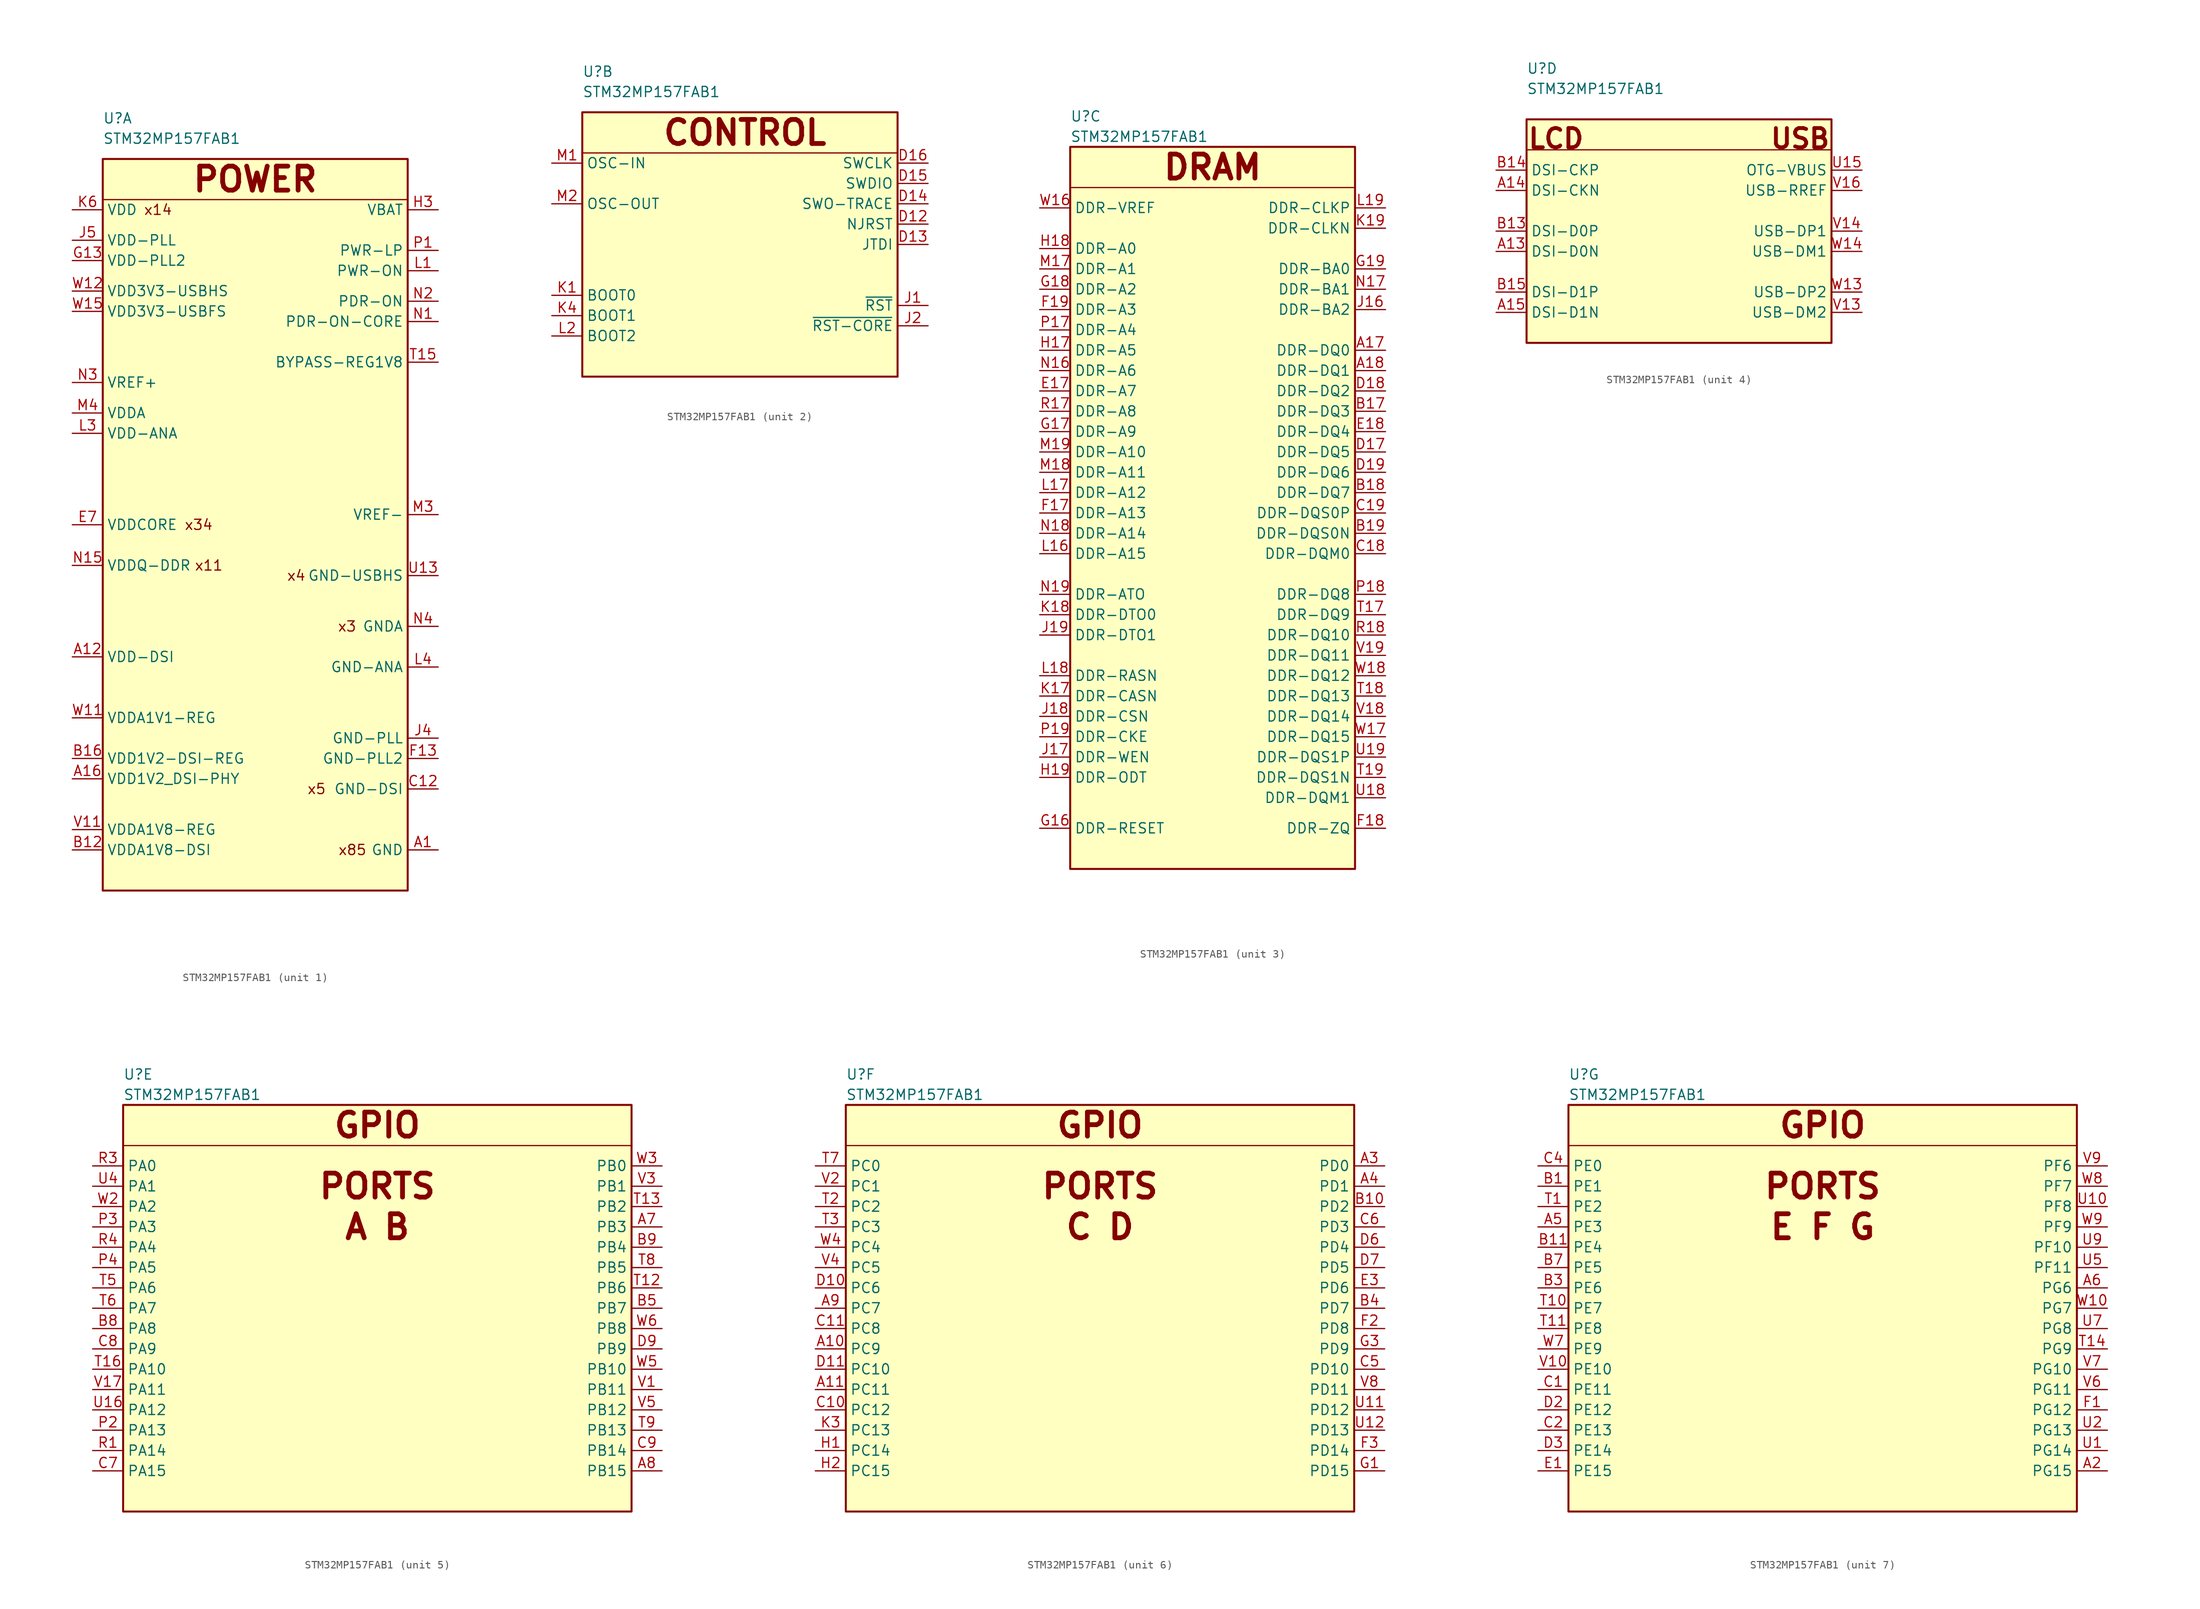
<source format=kicad_sym>
(kicad_symbol_lib
  (version 20220914)
  (generator kicad_symbol_editor)
  (symbol "STM32MP157FAB1"
    (property "Reference" "U"
      (at 0 6.35 0)
      (effects (font (size 1.27 1.27)) (justify left)))
    (property "Value" "STM32MP157FAB1"
      (at 0 3.81 0)
      (effects (font (size 1.27 1.27)) (justify left)))
    (property "ki_locked" ""
      (at 0 0 0)
      (effects (font (size 1.27 1.27))))
    (symbol "STM32MP157FAB1_1_0"
      (text "POWER" (at 19.05 -1.27 0) (effects (font (size 3 3) bold))))
    (symbol "STM32MP157FAB1_1_1"
      (polyline (pts (xy 0 -3.81) (xy 38.1 -3.81)) (stroke (width 0) (type default)) (fill (type none)))
      (rectangle (start 0 1.27) (end 38.1 -90.17) (stroke (width 0.25) (type default)) (fill (type background)))
      (text "x11" (at 11.43 -49.53 0) (effects (font (size 1.27 1.27)) (justify left)))
      (text "x14" (at 5.08 -5.08 0) (effects (font (size 1.27 1.27)) (justify left)))
      (text "x3" (at 31.75 -57.15 0) (effects (font (size 1.27 1.27)) (justify right)))
      (text "x34" (at 10.16 -44.45 0) (effects (font (size 1.27 1.27)) (justify left)))
      (text "x4" (at 25.4 -50.8 0) (effects (font (size 1.27 1.27)) (justify right)))
      (text "x5" (at 27.94 -77.47 0) (effects (font (size 1.27 1.27)) (justify right)))
      (text "x85" (at 33.02 -85.09 0) (effects (font (size 1.27 1.27)) (justify right)))
      (pin power_in line (at 41.91 -85.09 180) (length 3.81) (name "GND" (effects (font (size 1.27 1.27)))) (number "A1" (effects (font (size 1.27 1.27)))))
      (pin power_in line (at -3.81 -60.96 0) (length 3.81) (name "VDD-DSI" (effects (font (size 1.27 1.27)))) (number "A12" (effects (font (size 1.27 1.27)))))
      (pin power_in line (at -3.81 -76.2 0) (length 3.81) (name "VDD1V2_DSI-PHY" (effects (font (size 1.27 1.27)))) (number "A16" (effects (font (size 1.27 1.27)))))
      (pin power_in line (at 41.91 -85.09 180) (length 3.81) hide (name "GND" (effects (font (size 1.27 1.27)))) (number "A19" (effects (font (size 1.27 1.27)))))
      (pin power_in line (at -3.81 -85.09 0) (length 3.81) (name "VDDA1V8-DSI" (effects (font (size 1.27 1.27)))) (number "B12" (effects (font (size 1.27 1.27)))))
      (pin power_in line (at -3.81 -73.66 0) (length 3.81) (name "VDD1V2-DSI-REG" (effects (font (size 1.27 1.27)))) (number "B16" (effects (font (size 1.27 1.27)))))
      (pin power_in line (at 41.91 -85.09 180) (length 3.81) hide (name "GND" (effects (font (size 1.27 1.27)))) (number "B2" (effects (font (size 1.27 1.27)))))
      (pin power_in line (at 41.91 -85.09 180) (length 3.81) hide (name "GND" (effects (font (size 1.27 1.27)))) (number "B6" (effects (font (size 1.27 1.27)))))
      (pin power_in line (at 41.91 -77.47 180) (length 3.81) (name "GND-DSI" (effects (font (size 1.27 1.27)))) (number "C12" (effects (font (size 1.27 1.27)))))
      (pin power_in line (at 41.91 -77.47 180) (length 3.81) hide (name "GND-DSI" (effects (font (size 1.27 1.27)))) (number "C13" (effects (font (size 1.27 1.27)))))
      (pin power_in line (at 41.91 -77.47 180) (length 3.81) hide (name "GND-DSI" (effects (font (size 1.27 1.27)))) (number "C14" (effects (font (size 1.27 1.27)))))
      (pin power_in line (at 41.91 -77.47 180) (length 3.81) hide (name "GND-DSI" (effects (font (size 1.27 1.27)))) (number "C15" (effects (font (size 1.27 1.27)))))
      (pin power_in line (at 41.91 -77.47 180) (length 3.81) hide (name "GND-DSI" (effects (font (size 1.27 1.27)))) (number "C16" (effects (font (size 1.27 1.27)))))
      (pin power_in line (at 41.91 -85.09 180) (length 3.81) hide (name "GND" (effects (font (size 1.27 1.27)))) (number "C17" (effects (font (size 1.27 1.27)))))
      (pin power_in line (at 41.91 -85.09 180) (length 3.81) hide (name "GND" (effects (font (size 1.27 1.27)))) (number "C3" (effects (font (size 1.27 1.27)))))
      (pin power_in line (at 41.91 -85.09 180) (length 3.81) hide (name "GND" (effects (font (size 1.27 1.27)))) (number "D1" (effects (font (size 1.27 1.27)))))
      (pin power_in line (at 41.91 -85.09 180) (length 3.81) hide (name "GND" (effects (font (size 1.27 1.27)))) (number "D4" (effects (font (size 1.27 1.27)))))
      (pin power_in line (at 41.91 -85.09 180) (length 3.81) hide (name "GND" (effects (font (size 1.27 1.27)))) (number "D5" (effects (font (size 1.27 1.27)))))
      (pin power_in line (at 41.91 -85.09 180) (length 3.81) hide (name "GND" (effects (font (size 1.27 1.27)))) (number "D8" (effects (font (size 1.27 1.27)))))
      (pin power_in line (at 41.91 -85.09 180) (length 3.81) hide (name "GND" (effects (font (size 1.27 1.27)))) (number "E10" (effects (font (size 1.27 1.27)))))
      (pin power_in line (at -3.81 -44.45 0) (length 3.81) hide (name "VDDCORE" (effects (font (size 1.27 1.27)))) (number "E11" (effects (font (size 1.27 1.27)))))
      (pin power_in line (at 41.91 -85.09 180) (length 3.81) hide (name "GND" (effects (font (size 1.27 1.27)))) (number "E12" (effects (font (size 1.27 1.27)))))
      (pin power_in line (at -3.81 -44.45 0) (length 3.81) hide (name "VDDCORE" (effects (font (size 1.27 1.27)))) (number "E13" (effects (font (size 1.27 1.27)))))
      (pin power_in line (at 41.91 -85.09 180) (length 3.81) hide (name "GND" (effects (font (size 1.27 1.27)))) (number "E14" (effects (font (size 1.27 1.27)))))
      (pin power_in line (at -3.81 -49.53 0) (length 3.81) hide (name "VDDQ-DDR" (effects (font (size 1.27 1.27)))) (number "E15" (effects (font (size 1.27 1.27)))))
      (pin power_in line (at 41.91 -85.09 180) (length 3.81) hide (name "GND" (effects (font (size 1.27 1.27)))) (number "E16" (effects (font (size 1.27 1.27)))))
      (pin power_in line (at 41.91 -85.09 180) (length 3.81) hide (name "GND" (effects (font (size 1.27 1.27)))) (number "E2" (effects (font (size 1.27 1.27)))))
      (pin power_in line (at 41.91 -85.09 180) (length 3.81) hide (name "GND" (effects (font (size 1.27 1.27)))) (number "E4" (effects (font (size 1.27 1.27)))))
      (pin power_in line (at 41.91 -85.09 180) (length 3.81) hide (name "GND" (effects (font (size 1.27 1.27)))) (number "E5" (effects (font (size 1.27 1.27)))))
      (pin power_in line (at 41.91 -85.09 180) (length 3.81) hide (name "GND" (effects (font (size 1.27 1.27)))) (number "E6" (effects (font (size 1.27 1.27)))))
      (pin power_in line (at -3.81 -44.45 0) (length 3.81) (name "VDDCORE" (effects (font (size 1.27 1.27)))) (number "E7" (effects (font (size 1.27 1.27)))))
      (pin power_in line (at 41.91 -85.09 180) (length 3.81) hide (name "GND" (effects (font (size 1.27 1.27)))) (number "E8" (effects (font (size 1.27 1.27)))))
      (pin power_in line (at -3.81 -44.45 0) (length 3.81) hide (name "VDDCORE" (effects (font (size 1.27 1.27)))) (number "E9" (effects (font (size 1.27 1.27)))))
      (pin power_in line (at -3.81 -44.45 0) (length 3.81) hide (name "VDDCORE" (effects (font (size 1.27 1.27)))) (number "F10" (effects (font (size 1.27 1.27)))))
      (pin power_in line (at 41.91 -85.09 180) (length 3.81) hide (name "GND" (effects (font (size 1.27 1.27)))) (number "F11" (effects (font (size 1.27 1.27)))))
      (pin power_in line (at -3.81 -44.45 0) (length 3.81) hide (name "VDDCORE" (effects (font (size 1.27 1.27)))) (number "F12" (effects (font (size 1.27 1.27)))))
      (pin power_in line (at 41.91 -73.66 180) (length 3.81) (name "GND-PLL2" (effects (font (size 1.27 1.27)))) (number "F13" (effects (font (size 1.27 1.27)))))
      (pin power_in line (at -3.81 -49.53 0) (length 3.81) hide (name "VDDQ-DDR" (effects (font (size 1.27 1.27)))) (number "F14" (effects (font (size 1.27 1.27)))))
      (pin power_in line (at 41.91 -85.09 180) (length 3.81) hide (name "GND" (effects (font (size 1.27 1.27)))) (number "F15" (effects (font (size 1.27 1.27)))))
      (pin power_in line (at -3.81 -44.45 0) (length 3.81) hide (name "VDDCORE" (effects (font (size 1.27 1.27)))) (number "F4" (effects (font (size 1.27 1.27)))))
      (pin power_in line (at 41.91 -85.09 180) (length 3.81) hide (name "GND" (effects (font (size 1.27 1.27)))) (number "F5" (effects (font (size 1.27 1.27)))))
      (pin power_in line (at -3.81 -44.45 0) (length 3.81) hide (name "VDDCORE" (effects (font (size 1.27 1.27)))) (number "F6" (effects (font (size 1.27 1.27)))))
      (pin power_in line (at 41.91 -85.09 180) (length 3.81) hide (name "GND" (effects (font (size 1.27 1.27)))) (number "F7" (effects (font (size 1.27 1.27)))))
      (pin power_in line (at -3.81 -44.45 0) (length 3.81) hide (name "VDDCORE" (effects (font (size 1.27 1.27)))) (number "F8" (effects (font (size 1.27 1.27)))))
      (pin power_in line (at 41.91 -85.09 180) (length 3.81) hide (name "GND" (effects (font (size 1.27 1.27)))) (number "F9" (effects (font (size 1.27 1.27)))))
      (pin power_in line (at 41.91 -85.09 180) (length 3.81) hide (name "GND" (effects (font (size 1.27 1.27)))) (number "G10" (effects (font (size 1.27 1.27)))))
      (pin power_in line (at -3.81 -44.45 0) (length 3.81) hide (name "VDDCORE" (effects (font (size 1.27 1.27)))) (number "G11" (effects (font (size 1.27 1.27)))))
      (pin power_in line (at 41.91 -85.09 180) (length 3.81) hide (name "GND" (effects (font (size 1.27 1.27)))) (number "G12" (effects (font (size 1.27 1.27)))))
      (pin power_in line (at -3.81 -11.43 0) (length 3.81) (name "VDD-PLL2" (effects (font (size 1.27 1.27)))) (number "G13" (effects (font (size 1.27 1.27)))))
      (pin power_in line (at 41.91 -85.09 180) (length 3.81) hide (name "GND" (effects (font (size 1.27 1.27)))) (number "G14" (effects (font (size 1.27 1.27)))))
      (pin power_in line (at -3.81 -49.53 0) (length 3.81) hide (name "VDDQ-DDR" (effects (font (size 1.27 1.27)))) (number "G15" (effects (font (size 1.27 1.27)))))
      (pin power_in line (at 41.91 -85.09 180) (length 3.81) hide (name "GND" (effects (font (size 1.27 1.27)))) (number "G2" (effects (font (size 1.27 1.27)))))
      (pin power_in line (at 41.91 -85.09 180) (length 3.81) hide (name "GND" (effects (font (size 1.27 1.27)))) (number "G4" (effects (font (size 1.27 1.27)))))
      (pin power_in line (at -3.81 -44.45 0) (length 3.81) hide (name "VDDCORE" (effects (font (size 1.27 1.27)))) (number "G5" (effects (font (size 1.27 1.27)))))
      (pin power_in line (at 41.91 -85.09 180) (length 3.81) hide (name "GND" (effects (font (size 1.27 1.27)))) (number "G6" (effects (font (size 1.27 1.27)))))
      (pin power_in line (at -3.81 -44.45 0) (length 3.81) hide (name "VDDCORE" (effects (font (size 1.27 1.27)))) (number "G7" (effects (font (size 1.27 1.27)))))
      (pin power_in line (at 41.91 -85.09 180) (length 3.81) hide (name "GND" (effects (font (size 1.27 1.27)))) (number "G8" (effects (font (size 1.27 1.27)))))
      (pin power_in line (at -3.81 -44.45 0) (length 3.81) hide (name "VDDCORE" (effects (font (size 1.27 1.27)))) (number "G9" (effects (font (size 1.27 1.27)))))
      (pin power_in line (at -3.81 -44.45 0) (length 3.81) hide (name "VDDCORE" (effects (font (size 1.27 1.27)))) (number "H10" (effects (font (size 1.27 1.27)))))
      (pin power_in line (at 41.91 -85.09 180) (length 3.81) hide (name "GND" (effects (font (size 1.27 1.27)))) (number "H11" (effects (font (size 1.27 1.27)))))
      (pin power_in line (at -3.81 -44.45 0) (length 3.81) hide (name "VDDCORE" (effects (font (size 1.27 1.27)))) (number "H12" (effects (font (size 1.27 1.27)))))
      (pin power_in line (at 41.91 -85.09 180) (length 3.81) hide (name "GND" (effects (font (size 1.27 1.27)))) (number "H13" (effects (font (size 1.27 1.27)))))
      (pin power_in line (at -3.81 -49.53 0) (length 3.81) hide (name "VDDQ-DDR" (effects (font (size 1.27 1.27)))) (number "H14" (effects (font (size 1.27 1.27)))))
      (pin power_in line (at 41.91 -85.09 180) (length 3.81) hide (name "GND" (effects (font (size 1.27 1.27)))) (number "H15" (effects (font (size 1.27 1.27)))))
      (pin input line (at 41.91 -5.08 180) (length 3.81) (name "VBAT" (effects (font (size 1.27 1.27)))) (number "H3" (effects (font (size 1.27 1.27)))))
      (pin power_in line (at -3.81 -44.45 0) (length 3.81) hide (name "VDDCORE" (effects (font (size 1.27 1.27)))) (number "H4" (effects (font (size 1.27 1.27)))))
      (pin power_in line (at 41.91 -85.09 180) (length 3.81) hide (name "GND" (effects (font (size 1.27 1.27)))) (number "H5" (effects (font (size 1.27 1.27)))))
      (pin power_in line (at -3.81 -44.45 0) (length 3.81) hide (name "VDDCORE" (effects (font (size 1.27 1.27)))) (number "H6" (effects (font (size 1.27 1.27)))))
      (pin power_in line (at 41.91 -85.09 180) (length 3.81) hide (name "GND" (effects (font (size 1.27 1.27)))) (number "H7" (effects (font (size 1.27 1.27)))))
      (pin power_in line (at -3.81 -44.45 0) (length 3.81) hide (name "VDDCORE" (effects (font (size 1.27 1.27)))) (number "H8" (effects (font (size 1.27 1.27)))))
      (pin power_in line (at 41.91 -85.09 180) (length 3.81) hide (name "GND" (effects (font (size 1.27 1.27)))) (number "H9" (effects (font (size 1.27 1.27)))))
      (pin power_in line (at 41.91 -85.09 180) (length 3.81) hide (name "GND" (effects (font (size 1.27 1.27)))) (number "J10" (effects (font (size 1.27 1.27)))))
      (pin power_in line (at -3.81 -44.45 0) (length 3.81) hide (name "VDDCORE" (effects (font (size 1.27 1.27)))) (number "J11" (effects (font (size 1.27 1.27)))))
      (pin power_in line (at 41.91 -85.09 180) (length 3.81) hide (name "GND" (effects (font (size 1.27 1.27)))) (number "J12" (effects (font (size 1.27 1.27)))))
      (pin power_in line (at -3.81 -44.45 0) (length 3.81) hide (name "VDDCORE" (effects (font (size 1.27 1.27)))) (number "J13" (effects (font (size 1.27 1.27)))))
      (pin power_in line (at 41.91 -85.09 180) (length 3.81) hide (name "GND" (effects (font (size 1.27 1.27)))) (number "J14" (effects (font (size 1.27 1.27)))))
      (pin power_in line (at -3.81 -49.53 0) (length 3.81) hide (name "VDDQ-DDR" (effects (font (size 1.27 1.27)))) (number "J15" (effects (font (size 1.27 1.27)))))
      (pin power_in line (at 41.91 -85.09 180) (length 3.81) hide (name "GND" (effects (font (size 1.27 1.27)))) (number "J3" (effects (font (size 1.27 1.27)))))
      (pin power_in line (at 41.91 -71.12 180) (length 3.81) (name "GND-PLL" (effects (font (size 1.27 1.27)))) (number "J4" (effects (font (size 1.27 1.27)))))
      (pin power_in line (at -3.81 -8.89 0) (length 3.81) (name "VDD-PLL" (effects (font (size 1.27 1.27)))) (number "J5" (effects (font (size 1.27 1.27)))))
      (pin power_in line (at 41.91 -85.09 180) (length 3.81) hide (name "GND" (effects (font (size 1.27 1.27)))) (number "J6" (effects (font (size 1.27 1.27)))))
      (pin power_in line (at -3.81 -44.45 0) (length 3.81) hide (name "VDDCORE" (effects (font (size 1.27 1.27)))) (number "J7" (effects (font (size 1.27 1.27)))))
      (pin power_in line (at 41.91 -85.09 180) (length 3.81) hide (name "GND" (effects (font (size 1.27 1.27)))) (number "J8" (effects (font (size 1.27 1.27)))))
      (pin power_in line (at -3.81 -44.45 0) (length 3.81) hide (name "VDDCORE" (effects (font (size 1.27 1.27)))) (number "J9" (effects (font (size 1.27 1.27)))))
      (pin power_in line (at -3.81 -44.45 0) (length 3.81) hide (name "VDDCORE" (effects (font (size 1.27 1.27)))) (number "K10" (effects (font (size 1.27 1.27)))))
      (pin power_in line (at 41.91 -85.09 180) (length 3.81) hide (name "GND" (effects (font (size 1.27 1.27)))) (number "K11" (effects (font (size 1.27 1.27)))))
      (pin power_in line (at -3.81 -44.45 0) (length 3.81) hide (name "VDDCORE" (effects (font (size 1.27 1.27)))) (number "K12" (effects (font (size 1.27 1.27)))))
      (pin power_in line (at 41.91 -85.09 180) (length 3.81) hide (name "GND" (effects (font (size 1.27 1.27)))) (number "K13" (effects (font (size 1.27 1.27)))))
      (pin power_in line (at -3.81 -49.53 0) (length 3.81) hide (name "VDDQ-DDR" (effects (font (size 1.27 1.27)))) (number "K14" (effects (font (size 1.27 1.27)))))
      (pin power_in line (at 41.91 -85.09 180) (length 3.81) hide (name "GND" (effects (font (size 1.27 1.27)))) (number "K15" (effects (font (size 1.27 1.27)))))
      (pin power_in line (at 41.91 -85.09 180) (length 3.81) hide (name "GND" (effects (font (size 1.27 1.27)))) (number "K2" (effects (font (size 1.27 1.27)))))
      (pin power_in line (at 41.91 -85.09 180) (length 3.81) hide (name "GND" (effects (font (size 1.27 1.27)))) (number "K5" (effects (font (size 1.27 1.27)))))
      (pin power_in line (at -3.81 -5.08 0) (length 3.81) (name "VDD" (effects (font (size 1.27 1.27)))) (number "K6" (effects (font (size 1.27 1.27)))))
      (pin power_in line (at 41.91 -85.09 180) (length 3.81) hide (name "GND" (effects (font (size 1.27 1.27)))) (number "K7" (effects (font (size 1.27 1.27)))))
      (pin power_in line (at -3.81 -44.45 0) (length 3.81) hide (name "VDDCORE" (effects (font (size 1.27 1.27)))) (number "K8" (effects (font (size 1.27 1.27)))))
      (pin power_in line (at 41.91 -85.09 180) (length 3.81) hide (name "GND" (effects (font (size 1.27 1.27)))) (number "K9" (effects (font (size 1.27 1.27)))))
      (pin input line (at 41.91 -12.7 180) (length 3.81) (name "PWR-ON" (effects (font (size 1.27 1.27)))) (number "L1" (effects (font (size 1.27 1.27)))))
      (pin power_in line (at 41.91 -85.09 180) (length 3.81) hide (name "GND" (effects (font (size 1.27 1.27)))) (number "L10" (effects (font (size 1.27 1.27)))))
      (pin power_in line (at -3.81 -44.45 0) (length 3.81) hide (name "VDDCORE" (effects (font (size 1.27 1.27)))) (number "L11" (effects (font (size 1.27 1.27)))))
      (pin power_in line (at 41.91 -85.09 180) (length 3.81) hide (name "GND" (effects (font (size 1.27 1.27)))) (number "L12" (effects (font (size 1.27 1.27)))))
      (pin power_in line (at -3.81 -44.45 0) (length 3.81) hide (name "VDDCORE" (effects (font (size 1.27 1.27)))) (number "L13" (effects (font (size 1.27 1.27)))))
      (pin power_in line (at 41.91 -85.09 180) (length 3.81) hide (name "GND" (effects (font (size 1.27 1.27)))) (number "L14" (effects (font (size 1.27 1.27)))))
      (pin power_in line (at -3.81 -49.53 0) (length 3.81) hide (name "VDDQ-DDR" (effects (font (size 1.27 1.27)))) (number "L15" (effects (font (size 1.27 1.27)))))
      (pin power_in line (at -3.81 -33.02 0) (length 3.81) (name "VDD-ANA" (effects (font (size 1.27 1.27)))) (number "L3" (effects (font (size 1.27 1.27)))))
      (pin power_in line (at 41.91 -62.23 180) (length 3.81) (name "GND-ANA" (effects (font (size 1.27 1.27)))) (number "L4" (effects (font (size 1.27 1.27)))))
      (pin power_in line (at -3.81 -5.08 0) (length 3.81) hide (name "VDD" (effects (font (size 1.27 1.27)))) (number "L5" (effects (font (size 1.27 1.27)))))
      (pin power_in line (at 41.91 -85.09 180) (length 3.81) hide (name "GND" (effects (font (size 1.27 1.27)))) (number "L6" (effects (font (size 1.27 1.27)))))
      (pin power_in line (at -3.81 -5.08 0) (length 3.81) hide (name "VDD" (effects (font (size 1.27 1.27)))) (number "L7" (effects (font (size 1.27 1.27)))))
      (pin power_in line (at 41.91 -85.09 180) (length 3.81) hide (name "GND" (effects (font (size 1.27 1.27)))) (number "L8" (effects (font (size 1.27 1.27)))))
      (pin power_in line (at -3.81 -44.45 0) (length 3.81) hide (name "VDDCORE" (effects (font (size 1.27 1.27)))) (number "L9" (effects (font (size 1.27 1.27)))))
      (pin power_in line (at -3.81 -44.45 0) (length 3.81) hide (name "VDDCORE" (effects (font (size 1.27 1.27)))) (number "M10" (effects (font (size 1.27 1.27)))))
      (pin power_in line (at 41.91 -85.09 180) (length 3.81) hide (name "GND" (effects (font (size 1.27 1.27)))) (number "M11" (effects (font (size 1.27 1.27)))))
      (pin power_in line (at -3.81 -44.45 0) (length 3.81) hide (name "VDDCORE" (effects (font (size 1.27 1.27)))) (number "M12" (effects (font (size 1.27 1.27)))))
      (pin power_in line (at 41.91 -85.09 180) (length 3.81) hide (name "GND" (effects (font (size 1.27 1.27)))) (number "M13" (effects (font (size 1.27 1.27)))))
      (pin power_in line (at -3.81 -49.53 0) (length 3.81) hide (name "VDDQ-DDR" (effects (font (size 1.27 1.27)))) (number "M14" (effects (font (size 1.27 1.27)))))
      (pin power_in line (at 41.91 -85.09 180) (length 3.81) hide (name "GND" (effects (font (size 1.27 1.27)))) (number "M15" (effects (font (size 1.27 1.27)))))
      (pin input line (at 41.91 -43.18 180) (length 3.81) (name "VREF-" (effects (font (size 1.27 1.27)))) (number "M3" (effects (font (size 1.27 1.27)))))
      (pin power_in line (at -3.81 -30.48 0) (length 3.81) (name "VDDA" (effects (font (size 1.27 1.27)))) (number "M4" (effects (font (size 1.27 1.27)))))
      (pin power_in line (at 41.91 -85.09 180) (length 3.81) hide (name "GND" (effects (font (size 1.27 1.27)))) (number "M5" (effects (font (size 1.27 1.27)))))
      (pin power_in line (at -3.81 -5.08 0) (length 3.81) hide (name "VDD" (effects (font (size 1.27 1.27)))) (number "M6" (effects (font (size 1.27 1.27)))))
      (pin power_in line (at 41.91 -85.09 180) (length 3.81) hide (name "GND" (effects (font (size 1.27 1.27)))) (number "M7" (effects (font (size 1.27 1.27)))))
      (pin power_in line (at -3.81 -5.08 0) (length 3.81) hide (name "VDD" (effects (font (size 1.27 1.27)))) (number "M8" (effects (font (size 1.27 1.27)))))
      (pin power_in line (at 41.91 -85.09 180) (length 3.81) hide (name "GND" (effects (font (size 1.27 1.27)))) (number "M9" (effects (font (size 1.27 1.27)))))
      (pin input line (at 41.91 -19.05 180) (length 3.81) (name "PDR-ON-CORE" (effects (font (size 1.27 1.27)))) (number "N1" (effects (font (size 1.27 1.27)))))
      (pin power_in line (at 41.91 -85.09 180) (length 3.81) hide (name "GND" (effects (font (size 1.27 1.27)))) (number "N10" (effects (font (size 1.27 1.27)))))
      (pin power_in line (at -3.81 -44.45 0) (length 3.81) hide (name "VDDCORE" (effects (font (size 1.27 1.27)))) (number "N11" (effects (font (size 1.27 1.27)))))
      (pin power_in line (at 41.91 -85.09 180) (length 3.81) hide (name "GND" (effects (font (size 1.27 1.27)))) (number "N12" (effects (font (size 1.27 1.27)))))
      (pin power_in line (at -3.81 -44.45 0) (length 3.81) hide (name "VDDCORE" (effects (font (size 1.27 1.27)))) (number "N13" (effects (font (size 1.27 1.27)))))
      (pin power_in line (at 41.91 -85.09 180) (length 3.81) hide (name "GND" (effects (font (size 1.27 1.27)))) (number "N14" (effects (font (size 1.27 1.27)))))
      (pin power_in line (at -3.81 -49.53 0) (length 3.81) (name "VDDQ-DDR" (effects (font (size 1.27 1.27)))) (number "N15" (effects (font (size 1.27 1.27)))))
      (pin input line (at 41.91 -16.51 180) (length 3.81) (name "PDR-ON" (effects (font (size 1.27 1.27)))) (number "N2" (effects (font (size 1.27 1.27)))))
      (pin input line (at -3.81 -26.67 0) (length 3.81) (name "VREF+" (effects (font (size 1.27 1.27)))) (number "N3" (effects (font (size 1.27 1.27)))))
      (pin power_in line (at 41.91 -57.15 180) (length 3.81) (name "GNDA" (effects (font (size 1.27 1.27)))) (number "N4" (effects (font (size 1.27 1.27)))))
      (pin power_in line (at -3.81 -5.08 0) (length 3.81) hide (name "VDD" (effects (font (size 1.27 1.27)))) (number "N5" (effects (font (size 1.27 1.27)))))
      (pin power_in line (at 41.91 -85.09 180) (length 3.81) hide (name "GND" (effects (font (size 1.27 1.27)))) (number "N6" (effects (font (size 1.27 1.27)))))
      (pin power_in line (at -3.81 -5.08 0) (length 3.81) hide (name "VDD" (effects (font (size 1.27 1.27)))) (number "N7" (effects (font (size 1.27 1.27)))))
      (pin power_in line (at 41.91 -85.09 180) (length 3.81) hide (name "GND" (effects (font (size 1.27 1.27)))) (number "N8" (effects (font (size 1.27 1.27)))))
      (pin power_in line (at -3.81 -5.08 0) (length 3.81) hide (name "VDD" (effects (font (size 1.27 1.27)))) (number "N9" (effects (font (size 1.27 1.27)))))
      (pin input line (at 41.91 -10.16 180) (length 3.81) (name "PWR-LP" (effects (font (size 1.27 1.27)))) (number "P1" (effects (font (size 1.27 1.27)))))
      (pin power_in line (at -3.81 -5.08 0) (length 3.81) hide (name "VDD" (effects (font (size 1.27 1.27)))) (number "P10" (effects (font (size 1.27 1.27)))))
      (pin power_in line (at 41.91 -85.09 180) (length 3.81) hide (name "GND" (effects (font (size 1.27 1.27)))) (number "P11" (effects (font (size 1.27 1.27)))))
      (pin power_in line (at -3.81 -44.45 0) (length 3.81) hide (name "VDDCORE" (effects (font (size 1.27 1.27)))) (number "P12" (effects (font (size 1.27 1.27)))))
      (pin power_in line (at 41.91 -85.09 180) (length 3.81) hide (name "GND" (effects (font (size 1.27 1.27)))) (number "P13" (effects (font (size 1.27 1.27)))))
      (pin power_in line (at -3.81 -49.53 0) (length 3.81) hide (name "VDDQ-DDR" (effects (font (size 1.27 1.27)))) (number "P14" (effects (font (size 1.27 1.27)))))
      (pin power_in line (at 41.91 -85.09 180) (length 3.81) hide (name "GND" (effects (font (size 1.27 1.27)))) (number "P15" (effects (font (size 1.27 1.27)))))
      (pin power_in line (at 41.91 -57.15 180) (length 3.81) hide (name "GNDA" (effects (font (size 1.27 1.27)))) (number "P5" (effects (font (size 1.27 1.27)))))
      (pin power_in line (at -3.81 -5.08 0) (length 3.81) hide (name "VDD" (effects (font (size 1.27 1.27)))) (number "P6" (effects (font (size 1.27 1.27)))))
      (pin power_in line (at 41.91 -85.09 180) (length 3.81) hide (name "GND" (effects (font (size 1.27 1.27)))) (number "P7" (effects (font (size 1.27 1.27)))))
      (pin power_in line (at -3.81 -5.08 0) (length 3.81) hide (name "VDD" (effects (font (size 1.27 1.27)))) (number "P8" (effects (font (size 1.27 1.27)))))
      (pin power_in line (at 41.91 -85.09 180) (length 3.81) hide (name "GND" (effects (font (size 1.27 1.27)))) (number "P9" (effects (font (size 1.27 1.27)))))
      (pin power_in line (at 41.91 -85.09 180) (length 3.81) hide (name "GND" (effects (font (size 1.27 1.27)))) (number "R10" (effects (font (size 1.27 1.27)))))
      (pin power_in line (at -3.81 -5.08 0) (length 3.81) hide (name "VDD" (effects (font (size 1.27 1.27)))) (number "R11" (effects (font (size 1.27 1.27)))))
      (pin power_in line (at 41.91 -85.09 180) (length 3.81) hide (name "GND" (effects (font (size 1.27 1.27)))) (number "R12" (effects (font (size 1.27 1.27)))))
      (pin power_in line (at -3.81 -44.45 0) (length 3.81) hide (name "VDDCORE" (effects (font (size 1.27 1.27)))) (number "R13" (effects (font (size 1.27 1.27)))))
      (pin power_in line (at 41.91 -85.09 180) (length 3.81) hide (name "GND" (effects (font (size 1.27 1.27)))) (number "R14" (effects (font (size 1.27 1.27)))))
      (pin power_in line (at -3.81 -49.53 0) (length 3.81) hide (name "VDDQ-DDR" (effects (font (size 1.27 1.27)))) (number "R15" (effects (font (size 1.27 1.27)))))
      (pin power_in line (at 41.91 -85.09 180) (length 3.81) hide (name "GND" (effects (font (size 1.27 1.27)))) (number "R16" (effects (font (size 1.27 1.27)))))
      (pin power_in line (at 41.91 -85.09 180) (length 3.81) hide (name "GND" (effects (font (size 1.27 1.27)))) (number "R2" (effects (font (size 1.27 1.27)))))
      (pin power_in line (at 41.91 -57.15 180) (length 3.81) hide (name "GNDA" (effects (font (size 1.27 1.27)))) (number "R5" (effects (font (size 1.27 1.27)))))
      (pin power_in line (at 41.91 -85.09 180) (length 3.81) hide (name "GND" (effects (font (size 1.27 1.27)))) (number "R6" (effects (font (size 1.27 1.27)))))
      (pin power_in line (at -3.81 -5.08 0) (length 3.81) hide (name "VDD" (effects (font (size 1.27 1.27)))) (number "R7" (effects (font (size 1.27 1.27)))))
      (pin power_in line (at 41.91 -85.09 180) (length 3.81) hide (name "GND" (effects (font (size 1.27 1.27)))) (number "R8" (effects (font (size 1.27 1.27)))))
      (pin power_in line (at -3.81 -5.08 0) (length 3.81) hide (name "VDD" (effects (font (size 1.27 1.27)))) (number "R9" (effects (font (size 1.27 1.27)))))
      (pin input line (at 41.91 -24.13 180) (length 3.81) (name "BYPASS-REG1V8" (effects (font (size 1.27 1.27)))) (number "T15" (effects (font (size 1.27 1.27)))))
      (pin power_in line (at 41.91 -85.09 180) (length 3.81) hide (name "GND" (effects (font (size 1.27 1.27)))) (number "T4" (effects (font (size 1.27 1.27)))))
      (pin power_in line (at 41.91 -50.8 180) (length 3.81) (name "GND-USBHS" (effects (font (size 1.27 1.27)))) (number "U13" (effects (font (size 1.27 1.27)))))
      (pin power_in line (at 41.91 -50.8 180) (length 3.81) hide (name "GND-USBHS" (effects (font (size 1.27 1.27)))) (number "U14" (effects (font (size 1.27 1.27)))))
      (pin power_in line (at 41.91 -85.09 180) (length 3.81) hide (name "GND" (effects (font (size 1.27 1.27)))) (number "U17" (effects (font (size 1.27 1.27)))))
      (pin power_in line (at 41.91 -85.09 180) (length 3.81) hide (name "GND" (effects (font (size 1.27 1.27)))) (number "U3" (effects (font (size 1.27 1.27)))))
      (pin power_in line (at 41.91 -85.09 180) (length 3.81) hide (name "GND" (effects (font (size 1.27 1.27)))) (number "U6" (effects (font (size 1.27 1.27)))))
      (pin power_in line (at 41.91 -85.09 180) (length 3.81) hide (name "GND" (effects (font (size 1.27 1.27)))) (number "U8" (effects (font (size 1.27 1.27)))))
      (pin power_in line (at -3.81 -82.55 0) (length 3.81) (name "VDDA1V8-REG" (effects (font (size 1.27 1.27)))) (number "V11" (effects (font (size 1.27 1.27)))))
      (pin power_in line (at 41.91 -50.8 180) (length 3.81) hide (name "GND-USBHS" (effects (font (size 1.27 1.27)))) (number "V12" (effects (font (size 1.27 1.27)))))
      (pin power_in line (at 41.91 -50.8 180) (length 3.81) hide (name "GND-USBHS" (effects (font (size 1.27 1.27)))) (number "V15" (effects (font (size 1.27 1.27)))))
      (pin power_in line (at 41.91 -85.09 180) (length 3.81) hide (name "GND" (effects (font (size 1.27 1.27)))) (number "W1" (effects (font (size 1.27 1.27)))))
      (pin power_in line (at -3.81 -68.58 0) (length 3.81) (name "VDDA1V1-REG" (effects (font (size 1.27 1.27)))) (number "W11" (effects (font (size 1.27 1.27)))))
      (pin power_in line (at -3.81 -15.24 0) (length 3.81) (name "VDD3V3-USBHS" (effects (font (size 1.27 1.27)))) (number "W12" (effects (font (size 1.27 1.27)))))
      (pin power_in line (at -3.81 -17.78 0) (length 3.81) (name "VDD3V3-USBFS" (effects (font (size 1.27 1.27)))) (number "W15" (effects (font (size 1.27 1.27)))))
      (pin power_in line (at 41.91 -85.09 180) (length 3.81) hide (name "GND" (effects (font (size 1.27 1.27)))) (number "W19" (effects (font (size 1.27 1.27))))))
    (symbol "STM32MP157FAB1_2_0"
      (text "CONTROL" (at 20.32 -1.27 0) (effects (font (size 3 3) bold))))
    (symbol "STM32MP157FAB1_2_1"
      (polyline (pts (xy 0 -3.81) (xy 39.37 -3.81)) (stroke (width 0) (type default)) (fill (type none)))
      (rectangle (start 0 1.27) (end 39.37 -31.75) (stroke (width 0.25) (type default)) (fill (type background)))
      (pin input line (at 43.18 -12.7 180) (length 3.81) (name "NJRST" (effects (font (size 1.27 1.27)))) (number "D12" (effects (font (size 1.27 1.27)))))
      (pin input line (at 43.18 -15.24 180) (length 3.81) (name "JTDI" (effects (font (size 1.27 1.27)))) (number "D13" (effects (font (size 1.27 1.27)))))
      (pin output line (at 43.18 -10.16 180) (length 3.81) (name "SWO-TRACE" (effects (font (size 1.27 1.27)))) (number "D14" (effects (font (size 1.27 1.27)))) (alternate "JTDO" output line) (alternate "JTDO_TRACE-SWO" output line) (alternate "SWO" output line))
      (pin bidirectional line (at 43.18 -7.62 180) (length 3.81) (name "SWDIO" (effects (font (size 1.27 1.27)))) (number "D15" (effects (font (size 1.27 1.27)))) (alternate "JTMS" bidirectional line) (alternate "JTMS_SWDIO" bidirectional line))
      (pin input line (at 43.18 -5.08 180) (length 3.81) (name "SWCLK" (effects (font (size 1.27 1.27)))) (number "D16" (effects (font (size 1.27 1.27)))) (alternate "JTCK" input line) (alternate "JTCK_SWCLK" input line))
      (pin input line (at 43.18 -22.86 180) (length 3.81) (name "~{RST}" (effects (font (size 1.27 1.27)))) (number "J1" (effects (font (size 1.27 1.27)))))
      (pin input line (at 43.18 -25.4 180) (length 3.81) (name "~{RST-CORE}" (effects (font (size 1.27 1.27)))) (number "J2" (effects (font (size 1.27 1.27)))))
      (pin input line (at -3.81 -21.59 0) (length 3.81) (name "BOOT0" (effects (font (size 1.27 1.27)))) (number "K1" (effects (font (size 1.27 1.27)))))
      (pin input line (at -3.81 -24.13 0) (length 3.81) (name "BOOT1" (effects (font (size 1.27 1.27)))) (number "K4" (effects (font (size 1.27 1.27)))))
      (pin input line (at -3.81 -26.67 0) (length 3.81) (name "BOOT2" (effects (font (size 1.27 1.27)))) (number "L2" (effects (font (size 1.27 1.27)))))
      (pin input line (at -3.81 -5.08 0) (length 3.81) (name "OSC-IN" (effects (font (size 1.27 1.27)))) (number "M1" (effects (font (size 1.27 1.27)))) (alternate "PH0" bidirectional line))
      (pin output line (at -3.81 -10.16 0) (length 3.81) (name "OSC-OUT" (effects (font (size 1.27 1.27)))) (number "M2" (effects (font (size 1.27 1.27)))) (alternate "PH1" bidirectional line)))
    (symbol "STM32MP157FAB1_3_0"
      (rectangle (start 0 2.54) (end 35.56 -87.63) (stroke (width 0.25) (type default)) (fill (type background)))
      (text "DRAM" (at 17.78 0 0) (effects (font (size 3 3) bold))))
    (symbol "STM32MP157FAB1_3_1"
      (polyline (pts (xy 0 -2.54) (xy 35.56 -2.54)) (stroke (width 0) (type default)) (fill (type none)))
      (pin bidirectional line (at 39.37 -22.86 180) (length 3.81) (name "DDR-DQ0" (effects (font (size 1.27 1.27)))) (number "A17" (effects (font (size 1.27 1.27)))))
      (pin bidirectional line (at 39.37 -25.4 180) (length 3.81) (name "DDR-DQ1" (effects (font (size 1.27 1.27)))) (number "A18" (effects (font (size 1.27 1.27)))))
      (pin bidirectional line (at 39.37 -30.48 180) (length 3.81) (name "DDR-DQ3" (effects (font (size 1.27 1.27)))) (number "B17" (effects (font (size 1.27 1.27)))))
      (pin bidirectional line (at 39.37 -40.64 180) (length 3.81) (name "DDR-DQ7" (effects (font (size 1.27 1.27)))) (number "B18" (effects (font (size 1.27 1.27)))))
      (pin bidirectional line (at 39.37 -45.72 180) (length 3.81) (name "DDR-DQS0N" (effects (font (size 1.27 1.27)))) (number "B19" (effects (font (size 1.27 1.27)))))
      (pin bidirectional line (at 39.37 -48.26 180) (length 3.81) (name "DDR-DQM0" (effects (font (size 1.27 1.27)))) (number "C18" (effects (font (size 1.27 1.27)))))
      (pin bidirectional line (at 39.37 -43.18 180) (length 3.81) (name "DDR-DQS0P" (effects (font (size 1.27 1.27)))) (number "C19" (effects (font (size 1.27 1.27)))))
      (pin bidirectional line (at 39.37 -35.56 180) (length 3.81) (name "DDR-DQ5" (effects (font (size 1.27 1.27)))) (number "D17" (effects (font (size 1.27 1.27)))))
      (pin bidirectional line (at 39.37 -27.94 180) (length 3.81) (name "DDR-DQ2" (effects (font (size 1.27 1.27)))) (number "D18" (effects (font (size 1.27 1.27)))))
      (pin bidirectional line (at 39.37 -38.1 180) (length 3.81) (name "DDR-DQ6" (effects (font (size 1.27 1.27)))) (number "D19" (effects (font (size 1.27 1.27)))))
      (pin bidirectional line (at -3.81 -27.94 0) (length 3.81) (name "DDR-A7" (effects (font (size 1.27 1.27)))) (number "E17" (effects (font (size 1.27 1.27)))))
      (pin bidirectional line (at 39.37 -33.02 180) (length 3.81) (name "DDR-DQ4" (effects (font (size 1.27 1.27)))) (number "E18" (effects (font (size 1.27 1.27)))))
      (pin bidirectional line (at -3.81 -43.18 0) (length 3.81) (name "DDR-A13" (effects (font (size 1.27 1.27)))) (number "F17" (effects (font (size 1.27 1.27)))))
      (pin bidirectional line (at 39.37 -82.55 180) (length 3.81) (name "DDR-ZQ" (effects (font (size 1.27 1.27)))) (number "F18" (effects (font (size 1.27 1.27)))))
      (pin bidirectional line (at -3.81 -17.78 0) (length 3.81) (name "DDR-A3" (effects (font (size 1.27 1.27)))) (number "F19" (effects (font (size 1.27 1.27)))))
      (pin bidirectional line (at -3.81 -82.55 0) (length 3.81) (name "DDR-RESET" (effects (font (size 1.27 1.27)))) (number "G16" (effects (font (size 1.27 1.27)))))
      (pin bidirectional line (at -3.81 -33.02 0) (length 3.81) (name "DDR-A9" (effects (font (size 1.27 1.27)))) (number "G17" (effects (font (size 1.27 1.27)))))
      (pin bidirectional line (at -3.81 -15.24 0) (length 3.81) (name "DDR-A2" (effects (font (size 1.27 1.27)))) (number "G18" (effects (font (size 1.27 1.27)))))
      (pin bidirectional line (at 39.37 -12.7 180) (length 3.81) (name "DDR-BA0" (effects (font (size 1.27 1.27)))) (number "G19" (effects (font (size 1.27 1.27)))))
      (pin bidirectional line (at -3.81 -22.86 0) (length 3.81) (name "DDR-A5" (effects (font (size 1.27 1.27)))) (number "H17" (effects (font (size 1.27 1.27)))))
      (pin bidirectional line (at -3.81 -10.16 0) (length 3.81) (name "DDR-A0" (effects (font (size 1.27 1.27)))) (number "H18" (effects (font (size 1.27 1.27)))))
      (pin bidirectional line (at -3.81 -76.2 0) (length 3.81) (name "DDR-ODT" (effects (font (size 1.27 1.27)))) (number "H19" (effects (font (size 1.27 1.27)))))
      (pin bidirectional line (at 39.37 -17.78 180) (length 3.81) (name "DDR-BA2" (effects (font (size 1.27 1.27)))) (number "J16" (effects (font (size 1.27 1.27)))))
      (pin bidirectional line (at -3.81 -73.66 0) (length 3.81) (name "DDR-WEN" (effects (font (size 1.27 1.27)))) (number "J17" (effects (font (size 1.27 1.27)))))
      (pin bidirectional line (at -3.81 -68.58 0) (length 3.81) (name "DDR-CSN" (effects (font (size 1.27 1.27)))) (number "J18" (effects (font (size 1.27 1.27)))))
      (pin bidirectional line (at -3.81 -58.42 0) (length 3.81) (name "DDR-DTO1" (effects (font (size 1.27 1.27)))) (number "J19" (effects (font (size 1.27 1.27)))))
      (pin bidirectional line (at -3.81 -66.04 0) (length 3.81) (name "DDR-CASN" (effects (font (size 1.27 1.27)))) (number "K17" (effects (font (size 1.27 1.27)))))
      (pin bidirectional line (at -3.81 -55.88 0) (length 3.81) (name "DDR-DTO0" (effects (font (size 1.27 1.27)))) (number "K18" (effects (font (size 1.27 1.27)))))
      (pin bidirectional line (at 39.37 -7.62 180) (length 3.81) (name "DDR-CLKN" (effects (font (size 1.27 1.27)))) (number "K19" (effects (font (size 1.27 1.27)))))
      (pin bidirectional line (at -3.81 -48.26 0) (length 3.81) (name "DDR-A15" (effects (font (size 1.27 1.27)))) (number "L16" (effects (font (size 1.27 1.27)))))
      (pin bidirectional line (at -3.81 -40.64 0) (length 3.81) (name "DDR-A12" (effects (font (size 1.27 1.27)))) (number "L17" (effects (font (size 1.27 1.27)))))
      (pin bidirectional line (at -3.81 -63.5 0) (length 3.81) (name "DDR-RASN" (effects (font (size 1.27 1.27)))) (number "L18" (effects (font (size 1.27 1.27)))))
      (pin bidirectional line (at 39.37 -5.08 180) (length 3.81) (name "DDR-CLKP" (effects (font (size 1.27 1.27)))) (number "L19" (effects (font (size 1.27 1.27)))))
      (pin bidirectional line (at -3.81 -12.7 0) (length 3.81) (name "DDR-A1" (effects (font (size 1.27 1.27)))) (number "M17" (effects (font (size 1.27 1.27)))))
      (pin bidirectional line (at -3.81 -38.1 0) (length 3.81) (name "DDR-A11" (effects (font (size 1.27 1.27)))) (number "M18" (effects (font (size 1.27 1.27)))))
      (pin bidirectional line (at -3.81 -35.56 0) (length 3.81) (name "DDR-A10" (effects (font (size 1.27 1.27)))) (number "M19" (effects (font (size 1.27 1.27)))))
      (pin bidirectional line (at -3.81 -25.4 0) (length 3.81) (name "DDR-A6" (effects (font (size 1.27 1.27)))) (number "N16" (effects (font (size 1.27 1.27)))))
      (pin bidirectional line (at 39.37 -15.24 180) (length 3.81) (name "DDR-BA1" (effects (font (size 1.27 1.27)))) (number "N17" (effects (font (size 1.27 1.27)))))
      (pin bidirectional line (at -3.81 -45.72 0) (length 3.81) (name "DDR-A14" (effects (font (size 1.27 1.27)))) (number "N18" (effects (font (size 1.27 1.27)))))
      (pin bidirectional line (at -3.81 -53.34 0) (length 3.81) (name "DDR-ATO" (effects (font (size 1.27 1.27)))) (number "N19" (effects (font (size 1.27 1.27)))))
      (pin bidirectional line (at -3.81 -20.32 0) (length 3.81) (name "DDR-A4" (effects (font (size 1.27 1.27)))) (number "P17" (effects (font (size 1.27 1.27)))))
      (pin bidirectional line (at 39.37 -53.34 180) (length 3.81) (name "DDR-DQ8" (effects (font (size 1.27 1.27)))) (number "P18" (effects (font (size 1.27 1.27)))))
      (pin bidirectional line (at -3.81 -71.12 0) (length 3.81) (name "DDR-CKE" (effects (font (size 1.27 1.27)))) (number "P19" (effects (font (size 1.27 1.27)))))
      (pin bidirectional line (at -3.81 -30.48 0) (length 3.81) (name "DDR-A8" (effects (font (size 1.27 1.27)))) (number "R17" (effects (font (size 1.27 1.27)))))
      (pin bidirectional line (at 39.37 -58.42 180) (length 3.81) (name "DDR-DQ10" (effects (font (size 1.27 1.27)))) (number "R18" (effects (font (size 1.27 1.27)))))
      (pin bidirectional line (at 39.37 -55.88 180) (length 3.81) (name "DDR-DQ9" (effects (font (size 1.27 1.27)))) (number "T17" (effects (font (size 1.27 1.27)))))
      (pin bidirectional line (at 39.37 -66.04 180) (length 3.81) (name "DDR-DQ13" (effects (font (size 1.27 1.27)))) (number "T18" (effects (font (size 1.27 1.27)))))
      (pin bidirectional line (at 39.37 -76.2 180) (length 3.81) (name "DDR-DQS1N" (effects (font (size 1.27 1.27)))) (number "T19" (effects (font (size 1.27 1.27)))))
      (pin bidirectional line (at 39.37 -78.74 180) (length 3.81) (name "DDR-DQM1" (effects (font (size 1.27 1.27)))) (number "U18" (effects (font (size 1.27 1.27)))))
      (pin bidirectional line (at 39.37 -73.66 180) (length 3.81) (name "DDR-DQS1P" (effects (font (size 1.27 1.27)))) (number "U19" (effects (font (size 1.27 1.27)))))
      (pin bidirectional line (at 39.37 -68.58 180) (length 3.81) (name "DDR-DQ14" (effects (font (size 1.27 1.27)))) (number "V18" (effects (font (size 1.27 1.27)))))
      (pin bidirectional line (at 39.37 -60.96 180) (length 3.81) (name "DDR-DQ11" (effects (font (size 1.27 1.27)))) (number "V19" (effects (font (size 1.27 1.27)))))
      (pin bidirectional line (at -3.81 -5.08 0) (length 3.81) (name "DDR-VREF" (effects (font (size 1.27 1.27)))) (number "W16" (effects (font (size 1.27 1.27)))))
      (pin bidirectional line (at 39.37 -71.12 180) (length 3.81) (name "DDR-DQ15" (effects (font (size 1.27 1.27)))) (number "W17" (effects (font (size 1.27 1.27)))))
      (pin bidirectional line (at 39.37 -63.5 180) (length 3.81) (name "DDR-DQ12" (effects (font (size 1.27 1.27)))) (number "W18" (effects (font (size 1.27 1.27))))))
    (symbol "STM32MP157FAB1_4_0"
      (polyline (pts (xy 0 -3.81) (xy 38.1 -3.81)) (stroke (width 0) (type default)) (fill (type none)))
      (rectangle (start 0 0) (end 38.1 -27.94) (stroke (width 0.25) (type default)) (fill (type background))))
    (symbol "STM32MP157FAB1_4_1"
      (text "LCD" (at 0 -3.81 0) (effects (font (size 2.4 2.4) bold) (justify left bottom)))
      (text "USB" (at 38.1 -3.81 0) (effects (font (size 2.4 2.4) bold) (justify right bottom)))
      (pin bidirectional line (at -3.81 -16.51 0) (length 3.81) (name "DSI-D0N" (effects (font (size 1.27 1.27)))) (number "A13" (effects (font (size 1.27 1.27)))))
      (pin bidirectional line (at -3.81 -8.89 0) (length 3.81) (name "DSI-CKN" (effects (font (size 1.27 1.27)))) (number "A14" (effects (font (size 1.27 1.27)))))
      (pin bidirectional line (at -3.81 -24.13 0) (length 3.81) (name "DSI-D1N" (effects (font (size 1.27 1.27)))) (number "A15" (effects (font (size 1.27 1.27)))))
      (pin bidirectional line (at -3.81 -13.97 0) (length 3.81) (name "DSI-D0P" (effects (font (size 1.27 1.27)))) (number "B13" (effects (font (size 1.27 1.27)))))
      (pin bidirectional line (at -3.81 -6.35 0) (length 3.81) (name "DSI-CKP" (effects (font (size 1.27 1.27)))) (number "B14" (effects (font (size 1.27 1.27)))))
      (pin bidirectional line (at -3.81 -21.59 0) (length 3.81) (name "DSI-D1P" (effects (font (size 1.27 1.27)))) (number "B15" (effects (font (size 1.27 1.27)))))
      (pin input line (at 41.91 -6.35 180) (length 3.81) (name "OTG-VBUS" (effects (font (size 1.27 1.27)))) (number "U15" (effects (font (size 1.27 1.27)))) (alternate "OTG-FS-VBUS" input line) (alternate "OTG-HS-VBUS" input line))
      (pin bidirectional line (at 41.91 -24.13 180) (length 3.81) (name "USB-DM2" (effects (font (size 1.27 1.27)))) (number "V13" (effects (font (size 1.27 1.27)))) (alternate "OTG-HS-DM" bidirectional line) (alternate "USB-HS-DM2" bidirectional line))
      (pin bidirectional line (at 41.91 -13.97 180) (length 3.81) (name "USB-DP1" (effects (font (size 1.27 1.27)))) (number "V14" (effects (font (size 1.27 1.27)))) (alternate "USB-HS-DP1" bidirectional line))
      (pin input line (at 41.91 -8.89 180) (length 3.81) (name "USB-RREF" (effects (font (size 1.27 1.27)))) (number "V16" (effects (font (size 1.27 1.27)))))
      (pin bidirectional line (at 41.91 -21.59 180) (length 3.81) (name "USB-DP2" (effects (font (size 1.27 1.27)))) (number "W13" (effects (font (size 1.27 1.27)))) (alternate "OTG-HS-DP" bidirectional line) (alternate "USB-HS-DP2" bidirectional line))
      (pin bidirectional line (at 41.91 -16.51 180) (length 3.81) (name "USB-DM1" (effects (font (size 1.27 1.27)))) (number "W14" (effects (font (size 1.27 1.27)))) (alternate "USB-HS-DM1" bidirectional line)))
    (symbol "STM32MP157FAB1_5_0"
      (rectangle (start 0 2.54) (end 63.5 -48.26) (stroke (width 0.25) (type default)) (fill (type background)))
      (text "A B" (at 31.75 -12.7 0) (effects (font (size 3 3) bold)))
      (text "GPIO" (at 31.75 0 0) (effects (font (size 3 3) bold)))
      (text "PORTS" (at 31.75 -7.62 0) (effects (font (size 3 3) bold))))
    (symbol "STM32MP157FAB1_5_1"
      (polyline (pts (xy 0 -2.54) (xy 63.5 -2.54)) (stroke (width 0) (type default)) (fill (type none)))
      (pin bidirectional line (at 67.31 -12.7 180) (length 3.81) (name "PB3" (effects (font (size 1.27 1.27)))) (number "A7" (effects (font (size 1.27 1.27)))) (alternate "I2S1-CK" bidirectional line) (alternate "I2S3-CK" bidirectional line) (alternate "SAI4-CK1" bidirectional line) (alternate "SAI4-MCLK-A" bidirectional line) (alternate "SDMMC2-D2" bidirectional line) (alternate "SPI1-SCK" bidirectional line) (alternate "SPI3-SCK" bidirectional line) (alternate "SPI6-SCK" bidirectional line) (alternate "TIM2-CH2" bidirectional line) (alternate "TRACED9" bidirectional line) (alternate "UART7-RX" bidirectional line))
      (pin bidirectional line (at 67.31 -43.18 180) (length 3.81) (name "PB15" (effects (font (size 1.27 1.27)))) (number "A8" (effects (font (size 1.27 1.27)))) (alternate "DFSDM1-CKIN2" bidirectional line) (alternate "I2S2-SDO" bidirectional line) (alternate "RTC-REFIN" bidirectional line) (alternate "SDMMC2-D1" bidirectional line) (alternate "SPI2-COPI" bidirectional line) (alternate "TIM1-CH3-" bidirectional line) (alternate "TIM12-CH2" bidirectional line) (alternate "TIM8-CH3-" bidirectional line) (alternate "USART1-RX" bidirectional line))
      (pin bidirectional line (at 67.31 -22.86 180) (length 3.81) (name "PB7" (effects (font (size 1.27 1.27)))) (number "B5" (effects (font (size 1.27 1.27)))) (alternate "DCMI-VSYNC" bidirectional line) (alternate "DFSDM1-CKIN5" bidirectional line) (alternate "FMC-NL" bidirectional line) (alternate "I2C1-SDA" bidirectional line) (alternate "I2C4-SDA" bidirectional line) (alternate "SDMMC2-D1" bidirectional line) (alternate "TIM17-CH1-" bidirectional line) (alternate "TIM4-CH2" bidirectional line) (alternate "USART1-RX" bidirectional line))
      (pin bidirectional line (at -3.81 -25.4 0) (length 3.81) (name "PA8" (effects (font (size 1.27 1.27)))) (number "B8" (effects (font (size 1.27 1.27)))) (alternate "I2C3-SCL" bidirectional line) (alternate "I2S3-SDO" bidirectional line) (alternate "LCD-R6" bidirectional line) (alternate "MCO1" bidirectional line) (alternate "OTG-FS-SOF" bidirectional line) (alternate "OTG-HS-SOF" bidirectional line) (alternate "SAI4-SD-B" bidirectional line) (alternate "SDMMC2-CKIN" bidirectional line) (alternate "SDMMC2-D4" bidirectional line) (alternate "SPI3-COPI" bidirectional line) (alternate "TIM1-CH1" bidirectional line) (alternate "TIM8-BKIN2" bidirectional line) (alternate "UART7-RX" bidirectional line) (alternate "USART1-CK" bidirectional line))
      (pin bidirectional line (at 67.31 -15.24 180) (length 3.81) (name "PB4" (effects (font (size 1.27 1.27)))) (number "B9" (effects (font (size 1.27 1.27)))) (alternate "I2S1-SDI" bidirectional line) (alternate "I2S2-WS" bidirectional line) (alternate "I2S3-SDI" bidirectional line) (alternate "SAI4-CK2" bidirectional line) (alternate "SAI4-SCK-A" bidirectional line) (alternate "SDMMC2-D3" bidirectional line) (alternate "SPI1-CIPO" bidirectional line) (alternate "SPI2-~{SS}" bidirectional line) (alternate "SPI3-CIPO" bidirectional line) (alternate "SPI6-MISO" bidirectional line) (alternate "TIM16-BKIN" bidirectional line) (alternate "TIM3-CH1" bidirectional line) (alternate "TRACED8" bidirectional line) (alternate "UART7-TX" bidirectional line))
      (pin bidirectional line (at -3.81 -43.18 0) (length 3.81) (name "PA15" (effects (font (size 1.27 1.27)))) (number "C7" (effects (font (size 1.27 1.27)))) (alternate "CEC" bidirectional line) (alternate "DBTRGI" bidirectional line) (alternate "I2S1-WS" bidirectional line) (alternate "I2S3-WS" bidirectional line) (alternate "LCD-R1" bidirectional line) (alternate "SAI4-D2" bidirectional line) (alternate "SAI4-FS-A" bidirectional line) (alternate "SDMMC1-CDIR" bidirectional line) (alternate "SDMMC1-D5" bidirectional line) (alternate "SDMMC2-CDIR" bidirectional line) (alternate "SDMMC2-D5" bidirectional line) (alternate "SPI1-~{SS}" bidirectional line) (alternate "SPI3-~{SS}" bidirectional line) (alternate "SPI6-~{SS}" bidirectional line) (alternate "TIM2-CH1" bidirectional line) (alternate "TIM2-ETR" bidirectional line) (alternate "UART4-DE" bidirectional line) (alternate "UART4-RTS" bidirectional line) (alternate "UART7-TX" bidirectional line))
      (pin bidirectional line (at -3.81 -27.94 0) (length 3.81) (name "PA9" (effects (font (size 1.27 1.27)))) (number "C8" (effects (font (size 1.27 1.27)))) (alternate "DCMI-D0" bidirectional line) (alternate "I2C3-SMBA" bidirectional line) (alternate "I2S2-CK" bidirectional line) (alternate "LCD-R5" bidirectional line) (alternate "SDMMC2-CDIR" bidirectional line) (alternate "SDMMC2-D5" bidirectional line) (alternate "SPI2-SCK" bidirectional line) (alternate "TIM1-CH2" bidirectional line) (alternate "USART1-TX" bidirectional line))
      (pin bidirectional line (at 67.31 -40.64 180) (length 3.81) (name "PB14" (effects (font (size 1.27 1.27)))) (number "C9" (effects (font (size 1.27 1.27)))) (alternate "DFSDM1-DATIN2" bidirectional line) (alternate "I2S2-SDI" bidirectional line) (alternate "SDMMC2-D0" bidirectional line) (alternate "SPI2-CIPO" bidirectional line) (alternate "TIM1-~{CH2}" bidirectional line) (alternate "TIM12-CH1" bidirectional line) (alternate "TIM8-CH2-" bidirectional line) (alternate "USART1-TX" bidirectional line) (alternate "USART3-DE" bidirectional line) (alternate "USART3-RTS" bidirectional line))
      (pin bidirectional line (at 67.31 -27.94 180) (length 3.81) (name "PB9" (effects (font (size 1.27 1.27)))) (number "D9" (effects (font (size 1.27 1.27)))) (alternate "DCMI-D7" bidirectional line) (alternate "DFSDM1-DATIN7" bidirectional line) (alternate "FDCAN1-TX" bidirectional line) (alternate "HDP7" bidirectional line) (alternate "I2C1-SDA" bidirectional line) (alternate "I2C4-SDA" bidirectional line) (alternate "I2S2-WS" bidirectional line) (alternate "LCD-B7" bidirectional line) (alternate "SDMMC1-CDIR" bidirectional line) (alternate "SDMMC1-D5" bidirectional line) (alternate "SDMMC2-CDIR" bidirectional line) (alternate "SDMMC2-D5" bidirectional line) (alternate "SPI2-~{SS}" bidirectional line) (alternate "TIM17-CH1" bidirectional line) (alternate "TIM4-CH4" bidirectional line) (alternate "UART4-TX" bidirectional line))
      (pin bidirectional line (at -3.81 -38.1 0) (length 3.81) (name "PA13" (effects (font (size 1.27 1.27)))) (number "P2" (effects (font (size 1.27 1.27)))) (alternate "DBTRGI" bidirectional line) (alternate "DBTRGO" bidirectional line) (alternate "MCO1" bidirectional line) (alternate "UART4-TX" bidirectional line) (alternate "~{BOOTFAIL}" bidirectional line))
      (pin bidirectional line (at -3.81 -12.7 0) (length 3.81) (name "PA3" (effects (font (size 1.27 1.27)))) (number "P3" (effects (font (size 1.27 1.27)))) (alternate "ADC1_INP15" bidirectional line) (alternate "ETH1-GMII-COL" bidirectional line) (alternate "ETH1-MII-COL" bidirectional line) (alternate "LCD-B2" output line) (alternate "LCD-B5" output line) (alternate "LPTIM5-OUT" bidirectional line) (alternate "PVD_IN" bidirectional line) (alternate "TIM15-CH2" bidirectional line) (alternate "TIM15-PWM2" output line) (alternate "TIM2-CH4" bidirectional line) (alternate "TIM2-PWM4" output line) (alternate "TIM5-CH4" bidirectional line) (alternate "TIM5-PWM4" output line) (alternate "USART2-RX" bidirectional line))
      (pin bidirectional line (at -3.81 -17.78 0) (length 3.81) (name "PA5" (effects (font (size 1.27 1.27)))) (number "P4" (effects (font (size 1.27 1.27)))) (alternate "ADC1-INN18" bidirectional line) (alternate "ADC1-INP19" bidirectional line) (alternate "ADC2-INN18" bidirectional line) (alternate "ADC2-INP19" bidirectional line) (alternate "DAC-OUT2" bidirectional line) (alternate "I2S1-CK" bidirectional line) (alternate "LCD-R4" bidirectional line) (alternate "SAI4-CK1" bidirectional line) (alternate "SAI4-MCLK-A" bidirectional line) (alternate "SPI1-SCK" bidirectional line) (alternate "SPI6-SCK" bidirectional line) (alternate "TIM2-CH1" bidirectional line) (alternate "TIM2-ETR" bidirectional line) (alternate "TIM8-CH1-" bidirectional line))
      (pin bidirectional line (at -3.81 -40.64 0) (length 3.81) (name "PA14" (effects (font (size 1.27 1.27)))) (number "R1" (effects (font (size 1.27 1.27)))) (alternate "DBTRGI" bidirectional line) (alternate "DBTRGO" bidirectional line) (alternate "MCO2" bidirectional line))
      (pin bidirectional line (at -3.81 -5.08 0) (length 3.81) (name "PA0" (effects (font (size 1.27 1.27)))) (number "R3" (effects (font (size 1.27 1.27)))) (alternate "ADC1-INP16" bidirectional line) (alternate "ETH1-GMII-CRS" bidirectional line) (alternate "ETH1-MII-CRS" bidirectional line) (alternate "SAI2-SD-B" bidirectional line) (alternate "SDMMC2-CMD" bidirectional line) (alternate "TIM15-BKIN" bidirectional line) (alternate "TIM2-CH1" bidirectional line) (alternate "TIM2-ETR" bidirectional line) (alternate "TIM5-CH1" bidirectional line) (alternate "TIM8-ETR" bidirectional line) (alternate "UART4-TX" bidirectional line) (alternate "USART2-CTS" bidirectional line) (alternate "USART2-~{SS}" bidirectional line) (alternate "WKUP1" bidirectional line))
      (pin bidirectional line (at -3.81 -15.24 0) (length 3.81) (name "PA4" (effects (font (size 1.27 1.27)))) (number "R4" (effects (font (size 1.27 1.27)))) (alternate "ADC1-INP18" bidirectional line) (alternate "ADC2-INP18" bidirectional line) (alternate "DAC-OUT1" bidirectional line) (alternate "DCMI-HSYNC" bidirectional line) (alternate "HDP0" bidirectional line) (alternate "I2S1-WS" bidirectional line) (alternate "I2S3-WS" bidirectional line) (alternate "LCD-VSYNC" bidirectional line) (alternate "SAI4-D2" bidirectional line) (alternate "SAI4-FS-A" bidirectional line) (alternate "SPI1-~{SS}" bidirectional line) (alternate "SPI3-~{SS}" bidirectional line) (alternate "SPI6-~{SS}" bidirectional line) (alternate "TIM5-ETR" bidirectional line) (alternate "USART2-CK" bidirectional line))
      (pin bidirectional line (at 67.31 -20.32 180) (length 3.81) (name "PB6" (effects (font (size 1.27 1.27)))) (number "T12" (effects (font (size 1.27 1.27)))) (alternate "CEC" bidirectional line) (alternate "DCMI-D5" bidirectional line) (alternate "DFSDM1-DATIN5" bidirectional line) (alternate "FDCAN2-TX" bidirectional line) (alternate "I2C1-SCL" bidirectional line) (alternate "I2C4-SCL" bidirectional line) (alternate "QUADSPI-BK1-~{CS}" bidirectional line) (alternate "TIM16-CH1-" bidirectional line) (alternate "TIM4-CH1" bidirectional line) (alternate "UART5-TX" bidirectional line) (alternate "USART1-TX" bidirectional line))
      (pin bidirectional line (at 67.31 -10.16 180) (length 3.81) (name "PB2" (effects (font (size 1.27 1.27)))) (number "T13" (effects (font (size 1.27 1.27)))) (alternate "DFSDM1-CKIN1" bidirectional line) (alternate "I2S-CKIN" bidirectional line) (alternate "I2S3-SDO" bidirectional line) (alternate "QUADSPI-CLK" bidirectional line) (alternate "RTC-OUT2" bidirectional line) (alternate "SAI1-D1" bidirectional line) (alternate "SAI1-SD-A" bidirectional line) (alternate "SPI3-COPI" bidirectional line) (alternate "TRACED4" bidirectional line) (alternate "UART4-RX" bidirectional line) (alternate "USART1-RX" bidirectional line))
      (pin bidirectional line (at -3.81 -30.48 0) (length 3.81) (name "PA10" (effects (font (size 1.27 1.27)))) (number "T16" (effects (font (size 1.27 1.27)))) (alternate "DCMI-D1" bidirectional line) (alternate "I2S3-WS" output line) (alternate "LCD-B1" output line) (alternate "MDIOS-MDIO" bidirectional line) (alternate "OTG-FS-ID" bidirectional line) (alternate "OTG-HS-ID" bidirectional line) (alternate "SAI4-FS-B" bidirectional line) (alternate "SPI3-~{SS}" output line) (alternate "TIM1-CH3" bidirectional line) (alternate "TIM1-PWM3" output line) (alternate "USART1-RX" input line))
      (pin bidirectional line (at -3.81 -20.32 0) (length 3.81) (name "PA6" (effects (font (size 1.27 1.27)))) (number "T5" (effects (font (size 1.27 1.27)))) (alternate "ADC1-INP3" bidirectional line) (alternate "ADC2-INP3" bidirectional line) (alternate "DCMI-PIXCLK" bidirectional line) (alternate "I2S1-SDI" bidirectional line) (alternate "LCD-G2" bidirectional line) (alternate "MDIOS-MDC" bidirectional line) (alternate "SAI4-CK2" bidirectional line) (alternate "SAI4-SCK-A" bidirectional line) (alternate "SPI1-CIPO" bidirectional line) (alternate "SPI6-CIPO" bidirectional line) (alternate "TIM1-BKIN" bidirectional line) (alternate "TIM13-CH1" bidirectional line) (alternate "TIM3-CH1" bidirectional line) (alternate "TIM8-BKIN" bidirectional line))
      (pin bidirectional line (at -3.81 -22.86 0) (length 3.81) (name "PA7" (effects (font (size 1.27 1.27)))) (number "T6" (effects (font (size 1.27 1.27)))) (alternate "ADC1-INN3" bidirectional line) (alternate "ADC1-INP7" bidirectional line) (alternate "ADC2-INN3" bidirectional line) (alternate "ADC2-INP7" bidirectional line) (alternate "ETH1-GMII-RX-DV" bidirectional line) (alternate "ETH1-MII-RX-DV" bidirectional line) (alternate "ETH1-RGMII-RX-CTL" bidirectional line) (alternate "ETH1-RMII-CRS-DV" bidirectional line) (alternate "I2S1-SDO" bidirectional line) (alternate "QUADSPI-CLK" bidirectional line) (alternate "SAI4-D1" bidirectional line) (alternate "SAI4-SD-A" bidirectional line) (alternate "SPI1-COPI" bidirectional line) (alternate "SPI6-COPI" bidirectional line) (alternate "TIM1-CH1-" bidirectional line) (alternate "TIM14-CH1" bidirectional line) (alternate "TIM3-CH2" bidirectional line) (alternate "TIM8-CH1-" bidirectional line))
      (pin bidirectional line (at 67.31 -17.78 180) (length 3.81) (name "PB5" (effects (font (size 1.27 1.27)))) (number "T8" (effects (font (size 1.27 1.27)))) (alternate "DCMI-D10" bidirectional line) (alternate "ETH-CLK" bidirectional line) (alternate "ETH1-PPS-OUT" bidirectional line) (alternate "FDCAN2-RX" bidirectional line) (alternate "I2C1-SMBA" bidirectional line) (alternate "I2C4-SMBA" bidirectional line) (alternate "I2S1-SDO" bidirectional line) (alternate "I2S3-SDO" bidirectional line) (alternate "LCD-G7" bidirectional line) (alternate "SAI4-D1" bidirectional line) (alternate "SAI4-SD-A" bidirectional line) (alternate "SPI1-COPI" bidirectional line) (alternate "SPI3-COPI" bidirectional line) (alternate "SPI6-COPI" bidirectional line) (alternate "TIM17-BKIN" bidirectional line) (alternate "TIM3-CH2" bidirectional line) (alternate "UART5-RX" bidirectional line))
      (pin bidirectional line (at 67.31 -38.1 180) (length 3.81) (name "PB13" (effects (font (size 1.27 1.27)))) (number "T9" (effects (font (size 1.27 1.27)))) (alternate "DFSDM1-CKIN1" bidirectional line) (alternate "DFSDM1-CKOUT" bidirectional line) (alternate "ETH1-GMII-TXD1" bidirectional line) (alternate "ETH1-MII-TXD1" bidirectional line) (alternate "ETH1-RGMII-TXD1" bidirectional line) (alternate "ETH1-RMII-TXD1" bidirectional line) (alternate "FDCAN2-TX" bidirectional line) (alternate "I2S2-CK" bidirectional line) (alternate "LPTIM2-OUT" bidirectional line) (alternate "SPI2-SCK" bidirectional line) (alternate "TIM1-CH1-" bidirectional line) (alternate "UART5-TX" bidirectional line) (alternate "USART3-CTS" bidirectional line) (alternate "USART3-~{SS}" bidirectional line))
      (pin bidirectional line (at -3.81 -35.56 0) (length 3.81) (name "PA12" (effects (font (size 1.27 1.27)))) (number "U16" (effects (font (size 1.27 1.27)))) (alternate "FDCAN1-TX" bidirectional line) (alternate "I2C5-SDA" bidirectional line) (alternate "I2C6-SDA" bidirectional line) (alternate "LCD-R5" bidirectional line) (alternate "OTG-FS-DP" bidirectional line) (alternate "SAI2-FS-B" bidirectional line) (alternate "TIM1-ETR" bidirectional line) (alternate "UART4-TX" bidirectional line) (alternate "USART1-DE" bidirectional line) (alternate "USART1-RTS" bidirectional line))
      (pin bidirectional line (at -3.81 -7.62 0) (length 3.81) (name "PA1" (effects (font (size 1.27 1.27)))) (number "U4" (effects (font (size 1.27 1.27)))) (alternate "ADC1-INN16" bidirectional line) (alternate "ADC1-INP17" bidirectional line) (alternate "ETH-CLK" bidirectional line) (alternate "ETH1-GMII-RX-CLK" bidirectional line) (alternate "ETH1-MII-RX-CLK" bidirectional line) (alternate "ETH1-RGMII-RX-CLK" bidirectional line) (alternate "ETH1-RMII-REF-CLK" bidirectional line) (alternate "LCD-R2" bidirectional line) (alternate "LPTIM3-OUT" bidirectional line) (alternate "QUADSPI-BK1-IO3" bidirectional line) (alternate "SAI2-MCLK-B" bidirectional line) (alternate "TIM15-CH1-" bidirectional line) (alternate "TIM2-CH2" bidirectional line) (alternate "TIM5-CH2" bidirectional line) (alternate "UART4-RX" bidirectional line) (alternate "USART2-DE" bidirectional line) (alternate "USART2-RTS" bidirectional line))
      (pin bidirectional line (at 67.31 -33.02 180) (length 3.81) (name "PB11" (effects (font (size 1.27 1.27)))) (number "V1" (effects (font (size 1.27 1.27)))) (alternate "DFSDM1-CKIN7" bidirectional line) (alternate "DSI-TE" bidirectional line) (alternate "ETH1-GMII-TX-EN" bidirectional line) (alternate "ETH1-MII-TX-EN" bidirectional line) (alternate "ETH1-RGMII-TX-CTL" bidirectional line) (alternate "ETH1-RMII-TX-EN" bidirectional line) (alternate "I2C2-SDA" bidirectional line) (alternate "LCD-G5" bidirectional line) (alternate "LPTIM2-ETR" bidirectional line) (alternate "TIM2-CH4" bidirectional line) (alternate "USART3-RX" bidirectional line))
      (pin bidirectional line (at -3.81 -33.02 0) (length 3.81) (name "PA11" (effects (font (size 1.27 1.27)))) (number "V17" (effects (font (size 1.27 1.27)))) (alternate "FDCAN1-RX" input line) (alternate "I2C5-SCL" output line) (alternate "I2C6-SCL" output line) (alternate "I2S2-WS" output line) (alternate "LCD-R4" output line) (alternate "OTG-FS-DM" bidirectional line) (alternate "SPI2-~{SS}" input line) (alternate "TIM1-CH4" bidirectional line) (alternate "TIM1-PWM4" output line) (alternate "UART4-RX" input line) (alternate "USART1-CTS" output line) (alternate "USART1-~{SS}" output line))
      (pin bidirectional line (at 67.31 -7.62 180) (length 3.81) (name "PB1" (effects (font (size 1.27 1.27)))) (number "V3" (effects (font (size 1.27 1.27)))) (alternate "ADC1-INP5" bidirectional line) (alternate "ADC2-INP5" bidirectional line) (alternate "DFSDM1-DATIN1" bidirectional line) (alternate "ETH1-GMII-RXD3" bidirectional line) (alternate "ETH1-MII-RXD3" bidirectional line) (alternate "ETH1-RGMII-RXD3" bidirectional line) (alternate "LCD-G0" bidirectional line) (alternate "LCD-R6" bidirectional line) (alternate "MDIOS-MDC" bidirectional line) (alternate "TIM1-CH3-" bidirectional line) (alternate "TIM3-CH4" bidirectional line) (alternate "TIM8-CH3-" bidirectional line))
      (pin bidirectional line (at 67.31 -35.56 180) (length 3.81) (name "PB12" (effects (font (size 1.27 1.27)))) (number "V5" (effects (font (size 1.27 1.27)))) (alternate "DFSDM1-DATIN1" bidirectional line) (alternate "ETH1-GMII-TXD0" bidirectional line) (alternate "ETH1-MII-TXD0" bidirectional line) (alternate "ETH1-RGMII-TXD0" bidirectional line) (alternate "ETH1-RMII-TXD0" bidirectional line) (alternate "FDCAN2-RX" bidirectional line) (alternate "I2C2-SMBA" bidirectional line) (alternate "I2C6-SMBA" bidirectional line) (alternate "I2S2-WS" bidirectional line) (alternate "SPI2-~{SS}" bidirectional line) (alternate "TIM1-BKIN" bidirectional line) (alternate "UART5-RX" bidirectional line) (alternate "USART3-CK" bidirectional line) (alternate "USART3-RX" bidirectional line))
      (pin bidirectional line (at -3.81 -10.16 0) (length 3.81) (name "PA2" (effects (font (size 1.27 1.27)))) (number "W2" (effects (font (size 1.27 1.27)))) (alternate "ADC1-INP14" bidirectional line) (alternate "ETH1-MDIO" bidirectional line) (alternate "LCD-R1" bidirectional line) (alternate "LPTIM4-OUT" bidirectional line) (alternate "MDIOS-MDIO" bidirectional line) (alternate "SAI2-SCK-B" bidirectional line) (alternate "SDMMC2-D0DIR" bidirectional line) (alternate "TIM15-CH1" bidirectional line) (alternate "TIM2-CH3" bidirectional line) (alternate "TIM5-CH3" bidirectional line) (alternate "USART2-TX" bidirectional line) (alternate "WKUP2" bidirectional line))
      (pin bidirectional line (at 67.31 -5.08 180) (length 3.81) (name "PB0" (effects (font (size 1.27 1.27)))) (number "W3" (effects (font (size 1.27 1.27)))) (alternate "ADC1-INN5" bidirectional line) (alternate "ADC1-INP9" bidirectional line) (alternate "ADC2-INN5" bidirectional line) (alternate "ADC2-INP9" bidirectional line) (alternate "DFSDM1-CKOUT" bidirectional line) (alternate "ETH1-GMII-RXD2" bidirectional line) (alternate "ETH1-MII-RXD2" bidirectional line) (alternate "ETH1-RGMII-RXD2" bidirectional line) (alternate "LCD-G1" bidirectional line) (alternate "LCD-R3" bidirectional line) (alternate "MDIOS-MDIO" bidirectional line) (alternate "TIM1-CH2-" bidirectional line) (alternate "TIM3-CH3" bidirectional line) (alternate "TIM8-CH2-" bidirectional line) (alternate "UART4-CTS" bidirectional line))
      (pin bidirectional line (at 67.31 -30.48 180) (length 3.81) (name "PB10" (effects (font (size 1.27 1.27)))) (number "W5" (effects (font (size 1.27 1.27)))) (alternate "DFSDM1-DATIN7" bidirectional line) (alternate "ETH1-GMII-RX-ER" bidirectional line) (alternate "ETH1-MII-RX-ER" bidirectional line) (alternate "I2C2-SCL" bidirectional line) (alternate "I2S2-CK" bidirectional line) (alternate "LCD-G4" bidirectional line) (alternate "LPTIM2-IN1" bidirectional line) (alternate "QUADSPI-BK1-~{CS}" bidirectional line) (alternate "SPI2-SCK" bidirectional line) (alternate "TIM2-CH3" bidirectional line) (alternate "USART3-TX" bidirectional line))
      (pin bidirectional line (at 67.31 -25.4 180) (length 3.81) (name "PB8" (effects (font (size 1.27 1.27)))) (number "W6" (effects (font (size 1.27 1.27)))) (alternate "DCMI-D6" bidirectional line) (alternate "DFSDM1-CKIN7" bidirectional line) (alternate "ETH1-GMII-TXD3" bidirectional line) (alternate "ETH1-MII-TXD3" bidirectional line) (alternate "ETH1-RGMII-TXD3" bidirectional line) (alternate "FDCAN1-RX" bidirectional line) (alternate "HDP6" bidirectional line) (alternate "I2C1-SCL" bidirectional line) (alternate "I2C4-SCL" bidirectional line) (alternate "LCD-B6" bidirectional line) (alternate "SDMMC1-CKIN" bidirectional line) (alternate "SDMMC1-D4" bidirectional line) (alternate "SDMMC2-CKIN" bidirectional line) (alternate "SDMMC2-D4" bidirectional line) (alternate "TIM16-CH1" bidirectional line) (alternate "TIM4-CH3" bidirectional line) (alternate "UART4-RX" bidirectional line)))
    (symbol "STM32MP157FAB1_6_1"
      (polyline (pts (xy 0 -2.54) (xy 63.5 -2.54)) (stroke (width 0) (type default)) (fill (type none)))
      (rectangle (start 0 2.54) (end 63.5 -48.26) (stroke (width 0.25) (type default)) (fill (type background)))
      (text "C D" (at 31.75 -12.7 0) (effects (font (size 3 3) bold)))
      (text "GPIO" (at 31.75 0 0) (effects (font (size 3 3) bold)))
      (text "PORTS" (at 31.75 -7.62 0) (effects (font (size 3 3) bold)))
      (pin bidirectional line (at -3.81 -27.94 0) (length 3.81) (name "PC9" (effects (font (size 1.27 1.27)))) (number "A10" (effects (font (size 1.27 1.27)))) (alternate "DCMI-D3" bidirectional line) (alternate "I2C3-SDA" bidirectional line) (alternate "I2S-CKIN" bidirectional line) (alternate "LCD-B2" bidirectional line) (alternate "QUADSPI-BK1-IO0" bidirectional line) (alternate "SDMMC1-D1" bidirectional line) (alternate "TIM3-CH4" bidirectional line) (alternate "TIM8-CH4" bidirectional line) (alternate "TRACED1" bidirectional line) (alternate "UART5-CTS" bidirectional line))
      (pin bidirectional line (at -3.81 -33.02 0) (length 3.81) (name "PC11" (effects (font (size 1.27 1.27)))) (number "A11" (effects (font (size 1.27 1.27)))) (alternate "DCMI-D4" bidirectional line) (alternate "DFSDM1-DATIN5" bidirectional line) (alternate "I2S3-SDI" bidirectional line) (alternate "QUADSPI-BK2-~{CS}" bidirectional line) (alternate "SAI4-SCK-B" bidirectional line) (alternate "SDMMC1-D3" bidirectional line) (alternate "SPI3-CIPO" bidirectional line) (alternate "TRACED3" bidirectional line) (alternate "UART4-RX" bidirectional line) (alternate "USART3-RX" bidirectional line))
      (pin bidirectional line (at 67.31 -5.08 180) (length 3.81) (name "PD0" (effects (font (size 1.27 1.27)))) (number "A3" (effects (font (size 1.27 1.27)))) (alternate "DFSDM1-CKIN6" bidirectional line) (alternate "DFSDM1-DATIN7" bidirectional line) (alternate "FDCAN1-RX" bidirectional line) (alternate "FMC-AD2" bidirectional line) (alternate "FMC-D2" bidirectional line) (alternate "I2C5-SDA" bidirectional line) (alternate "I2C6-SDA" bidirectional line) (alternate "SAI3-SCK-A" bidirectional line) (alternate "SDMMC3-CMD" bidirectional line) (alternate "UART4-RX" bidirectional line))
      (pin bidirectional line (at 67.31 -7.62 180) (length 3.81) (name "PD1" (effects (font (size 1.27 1.27)))) (number "A4" (effects (font (size 1.27 1.27)))) (alternate "DFSDM1-CKIN7" bidirectional line) (alternate "DFSDM1-DATIN6" bidirectional line) (alternate "FDCAN1-TX" bidirectional line) (alternate "FMC-AD3" bidirectional line) (alternate "FMC-D3" bidirectional line) (alternate "I2C5-SCL" bidirectional line) (alternate "I2C6-SCL" bidirectional line) (alternate "SAI3-SD-A" bidirectional line) (alternate "SDMMC3-D0" bidirectional line) (alternate "UART4-TX" bidirectional line))
      (pin bidirectional line (at -3.81 -22.86 0) (length 3.81) (name "PC7" (effects (font (size 1.27 1.27)))) (number "A9" (effects (font (size 1.27 1.27)))) (alternate "DCMI-D1" bidirectional line) (alternate "DFSDM1-DATIN3" bidirectional line) (alternate "HDP4" bidirectional line) (alternate "I2S3-MCK" bidirectional line) (alternate "LCD-G6" bidirectional line) (alternate "SDMMC1-D123DIR" bidirectional line) (alternate "SDMMC1-D7" bidirectional line) (alternate "SDMMC2-D123DIR" bidirectional line) (alternate "SDMMC2-D7" bidirectional line) (alternate "TIM3-CH2" bidirectional line) (alternate "TIM8-CH2" bidirectional line) (alternate "USART6-RX" bidirectional line))
      (pin bidirectional line (at 67.31 -10.16 180) (length 3.81) (name "PD2" (effects (font (size 1.27 1.27)))) (number "B10" (effects (font (size 1.27 1.27)))) (alternate "DCMI-D11" bidirectional line) (alternate "I2C5-SMBA" bidirectional line) (alternate "SDMMC1-CMD" bidirectional line) (alternate "TIM3-ETR" bidirectional line) (alternate "UART4-RX" bidirectional line) (alternate "UART5-RX" bidirectional line))
      (pin bidirectional line (at 67.31 -22.86 180) (length 3.81) (name "PD7" (effects (font (size 1.27 1.27)))) (number "B4" (effects (font (size 1.27 1.27)))) (alternate "DFSDM1-CKIN1" bidirectional line) (alternate "DFSDM1-DATIN4" bidirectional line) (alternate "FMC-NE1" bidirectional line) (alternate "I2C2-SCL" bidirectional line) (alternate "SDMMC3-D3" bidirectional line) (alternate "SPDIFRX-IN0" bidirectional line) (alternate "TRACED6" bidirectional line) (alternate "USART2-CK" bidirectional line))
      (pin bidirectional line (at -3.81 -35.56 0) (length 3.81) (name "PC12" (effects (font (size 1.27 1.27)))) (number "C10" (effects (font (size 1.27 1.27)))) (alternate "DCMI-D9" bidirectional line) (alternate "I2S3-SDO" bidirectional line) (alternate "MCO2" bidirectional line) (alternate "SAI4-D3" bidirectional line) (alternate "SAI4-SD-B" bidirectional line) (alternate "SDMMC1-CK" bidirectional line) (alternate "SPI3-COPI" bidirectional line) (alternate "TRACECLK" bidirectional line) (alternate "UART5-TX" bidirectional line) (alternate "USART3-CK" bidirectional line))
      (pin bidirectional line (at -3.81 -25.4 0) (length 3.81) (name "PC8" (effects (font (size 1.27 1.27)))) (number "C11" (effects (font (size 1.27 1.27)))) (alternate "DCMI-D2" bidirectional line) (alternate "SDMMC1-D0" bidirectional line) (alternate "TIM3-CH3" bidirectional line) (alternate "TIM8-CH3" bidirectional line) (alternate "TRACED0" bidirectional line) (alternate "UART4-TX" bidirectional line) (alternate "UART5-DE" bidirectional line) (alternate "UART5-RTS" bidirectional line) (alternate "USART6-CK" bidirectional line))
      (pin bidirectional line (at 67.31 -30.48 180) (length 3.81) (name "PD10" (effects (font (size 1.27 1.27)))) (number "C5" (effects (font (size 1.27 1.27)))) (alternate "DFSDM1-CKOUT" bidirectional line) (alternate "FMC-AD15" bidirectional line) (alternate "FMC-D15" bidirectional line) (alternate "I2C5-SMBA" bidirectional line) (alternate "I2S3-SDI" bidirectional line) (alternate "LCD-B3" bidirectional line) (alternate "RTC-REFIN" bidirectional line) (alternate "SAI3-FS-B" bidirectional line) (alternate "SPI3-CIPO" bidirectional line) (alternate "TIM16-BKIN" bidirectional line) (alternate "USART3-CK" bidirectional line))
      (pin bidirectional line (at 67.31 -12.7 180) (length 3.81) (name "PD3" (effects (font (size 1.27 1.27)))) (number "C6" (effects (font (size 1.27 1.27)))) (alternate "DCMI-D5" bidirectional line) (alternate "DFSDM1-CKOUT" bidirectional line) (alternate "DFSDM1-DATIN0" bidirectional line) (alternate "FMC-CLK" bidirectional line) (alternate "HDP5" bidirectional line) (alternate "I2S2-CK" bidirectional line) (alternate "LCD-G7" bidirectional line) (alternate "SDMMC1-D123DIR" bidirectional line) (alternate "SDMMC1-D7" bidirectional line) (alternate "SDMMC2-D123DIR" bidirectional line) (alternate "SDMMC2-D7" bidirectional line) (alternate "SPI2-SCK" bidirectional line) (alternate "USART2-CTS" bidirectional line) (alternate "USART2-~{SS}" bidirectional line))
      (pin bidirectional line (at -3.81 -20.32 0) (length 3.81) (name "PC6" (effects (font (size 1.27 1.27)))) (number "D10" (effects (font (size 1.27 1.27)))) (alternate "DCMI-D0" bidirectional line) (alternate "DFSDM1-CKIN3" bidirectional line) (alternate "DSI-TE" bidirectional line) (alternate "HDP1" bidirectional line) (alternate "I2S2-MCK" bidirectional line) (alternate "LCD-HSYNC" bidirectional line) (alternate "SDMMC1-D0DIR" bidirectional line) (alternate "SDMMC1-D6" bidirectional line) (alternate "SDMMC2-D0DIR" bidirectional line) (alternate "SDMMC2-D6" bidirectional line) (alternate "TIM3-CH1" bidirectional line) (alternate "TIM8-CH1" bidirectional line) (alternate "USART6-TX" bidirectional line))
      (pin bidirectional line (at -3.81 -30.48 0) (length 3.81) (name "PC10" (effects (font (size 1.27 1.27)))) (number "D11" (effects (font (size 1.27 1.27)))) (alternate "DCMI-D8" bidirectional line) (alternate "DFSDM1-CKIN5" bidirectional line) (alternate "I2S3-CK" bidirectional line) (alternate "LCD-R2" bidirectional line) (alternate "QUADSPI-BK1-IO1" bidirectional line) (alternate "SAI4-MCLK-B" bidirectional line) (alternate "SDMMC1-D2" bidirectional line) (alternate "SPI3-SCK" bidirectional line) (alternate "TRACED2" bidirectional line) (alternate "UART4-TX" bidirectional line) (alternate "USART3-TX" bidirectional line))
      (pin bidirectional line (at 67.31 -15.24 180) (length 3.81) (name "PD4" (effects (font (size 1.27 1.27)))) (number "D6" (effects (font (size 1.27 1.27)))) (alternate "DFSDM1-CKIN0" bidirectional line) (alternate "FMC-~{OE}" output line) (alternate "SAI3-FS-A" bidirectional line) (alternate "SDMMC3-D1" bidirectional line) (alternate "USART2-DE" bidirectional line) (alternate "USART2-RTS" bidirectional line))
      (pin bidirectional line (at 67.31 -17.78 180) (length 3.81) (name "PD5" (effects (font (size 1.27 1.27)))) (number "D7" (effects (font (size 1.27 1.27)))) (alternate "FMC-NWE" bidirectional line) (alternate "SDMMC3-D2" bidirectional line) (alternate "USART2-TX" bidirectional line))
      (pin bidirectional line (at 67.31 -20.32 180) (length 3.81) (name "PD6" (effects (font (size 1.27 1.27)))) (number "E3" (effects (font (size 1.27 1.27)))) (alternate "DCMI-D10" input line) (alternate "DFSDM1-CKIN4" input line) (alternate "DFSDM1-DATIN1" input line) (alternate "FMC-~{WAIT}" bidirectional line) (alternate "I2S3-SDO" bidirectional line) (alternate "LCD-B2" input line) (alternate "SAI1-D1" bidirectional line) (alternate "SAI1-SD-A" bidirectional line) (alternate "SPI3-COPI" output line) (alternate "TIM16-CH1-" bidirectional line) (alternate "USART2-RX" input line))
      (pin bidirectional line (at 67.31 -25.4 180) (length 3.81) (name "PD8" (effects (font (size 1.27 1.27)))) (number "F2" (effects (font (size 1.27 1.27)))) (alternate "DFSDM1-CKIN3" bidirectional line) (alternate "FMC-AD13" bidirectional line) (alternate "FMC-D13" bidirectional line) (alternate "LCD-B7" bidirectional line) (alternate "SAI3-SCK-B" bidirectional line) (alternate "SPDIFRX-IN1" bidirectional line) (alternate "USART3-TX" bidirectional line))
      (pin bidirectional line (at 67.31 -40.64 180) (length 3.81) (name "PD14" (effects (font (size 1.27 1.27)))) (number "F3" (effects (font (size 1.27 1.27)))) (alternate "FMC-AD0" bidirectional line) (alternate "FMC-D0" bidirectional line) (alternate "SAI3-MCLK-B" bidirectional line) (alternate "TIM4-CH3" bidirectional line) (alternate "TIM4-PWM3" output line) (alternate "UART8-CTS" bidirectional line))
      (pin bidirectional line (at 67.31 -43.18 180) (length 3.81) (name "PD15" (effects (font (size 1.27 1.27)))) (number "G1" (effects (font (size 1.27 1.27)))) (alternate "FMC-AD1" bidirectional line) (alternate "FMC-D1" bidirectional line) (alternate "LCD-R1" output line) (alternate "SAI3-MCLK-A" bidirectional line) (alternate "TIM4-CH4" bidirectional line) (alternate "TIM4-PWM4" output line) (alternate "UART8-CTS" bidirectional line))
      (pin bidirectional line (at 67.31 -27.94 180) (length 3.81) (name "PD9" (effects (font (size 1.27 1.27)))) (number "G3" (effects (font (size 1.27 1.27)))) (alternate "DCMI-HSYNC" bidirectional line) (alternate "DFSDM1-DATIN3" bidirectional line) (alternate "FMC-AD14" bidirectional line) (alternate "FMC-D14" bidirectional line) (alternate "LCD-B0" bidirectional line) (alternate "SAI3-SD-B" bidirectional line) (alternate "USART3-RX" bidirectional line))
      (pin bidirectional line (at -3.81 -40.64 0) (length 3.81) (name "PC14" (effects (font (size 1.27 1.27)))) (number "H1" (effects (font (size 1.27 1.27)))) (alternate "OSC32-IN" input line))
      (pin bidirectional line (at -3.81 -43.18 0) (length 3.81) (name "PC15" (effects (font (size 1.27 1.27)))) (number "H2" (effects (font (size 1.27 1.27)))) (alternate "OSC32-OUT" output line))
      (pin bidirectional line (at -3.81 -38.1 0) (length 3.81) (name "PC13" (effects (font (size 1.27 1.27)))) (number "K3" (effects (font (size 1.27 1.27)))) (alternate "RTC-LSCO" bidirectional line) (alternate "RTC-OUT1" bidirectional line) (alternate "RTC-TS" bidirectional line) (alternate "TAMP-IN1" bidirectional line) (alternate "TAMP-OUT2" bidirectional line) (alternate "TAMP-OUT3" bidirectional line) (alternate "WKUP3" bidirectional line))
      (pin bidirectional line (at -3.81 -10.16 0) (length 3.81) (name "PC2" (effects (font (size 1.27 1.27)))) (number "T2" (effects (font (size 1.27 1.27)))) (alternate "ADC1-INN11" bidirectional line) (alternate "ADC1-INP12" bidirectional line) (alternate "DCMI-PIXCLK" bidirectional line) (alternate "DFSDM1-CKIN1" bidirectional line) (alternate "DFSDM1-CKOUT" bidirectional line) (alternate "ETH1-GMII-TXD2" bidirectional line) (alternate "ETH1-MII-TXD2" bidirectional line) (alternate "ETH1-RGMII-TXD2" bidirectional line) (alternate "I2S2-SDI" bidirectional line) (alternate "SPI2-CIPO" bidirectional line))
      (pin bidirectional line (at -3.81 -12.7 0) (length 3.81) (name "PC3" (effects (font (size 1.27 1.27)))) (number "T3" (effects (font (size 1.27 1.27)))) (alternate "ADC1-INN12" bidirectional line) (alternate "ADC1-INP13" bidirectional line) (alternate "DFSDM1-DATIN1" bidirectional line) (alternate "ETH1-GMII-TX-CLK" bidirectional line) (alternate "ETH1-MII-TX-CLK" bidirectional line) (alternate "I2S2-SDO" bidirectional line) (alternate "SPI2-COPI" bidirectional line) (alternate "TRACECLK" bidirectional line))
      (pin bidirectional line (at -3.81 -5.08 0) (length 3.81) (name "PC0" (effects (font (size 1.27 1.27)))) (number "T7" (effects (font (size 1.27 1.27)))) (alternate "ADC1-INP10" bidirectional line) (alternate "ADC2-INP10" bidirectional line) (alternate "DFSDM1-CKIN0" bidirectional line) (alternate "DFSDM1-DATIN4" bidirectional line) (alternate "LCD-R5" bidirectional line) (alternate "LPTIM2-IN2" bidirectional line) (alternate "QUADSPI-BK2-~{CS}" bidirectional line) (alternate "SAI2-FS-B" bidirectional line))
      (pin bidirectional line (at 67.31 -35.56 180) (length 3.81) (name "PD12" (effects (font (size 1.27 1.27)))) (number "U11" (effects (font (size 1.27 1.27)))) (alternate "FMC-A17" bidirectional line) (alternate "FMC-ALE" bidirectional line) (alternate "I2C1-SCL" bidirectional line) (alternate "I2C4-SCL" bidirectional line) (alternate "LPTIM1-IN1" bidirectional line) (alternate "LPTIM2-IN1" bidirectional line) (alternate "QUADSPI-BK1-IO1" bidirectional line) (alternate "SAI2-FS-A" bidirectional line) (alternate "TIM4-CH1" bidirectional line) (alternate "USART3-DE" bidirectional line) (alternate "USART3-RTS" bidirectional line))
      (pin bidirectional line (at 67.31 -38.1 180) (length 3.81) (name "PD13" (effects (font (size 1.27 1.27)))) (number "U12" (effects (font (size 1.27 1.27)))) (alternate "DSI-TE" bidirectional line) (alternate "FMC-A18" bidirectional line) (alternate "I2C1-SDA" bidirectional line) (alternate "I2C4-SDA" bidirectional line) (alternate "I2S3-MCK" bidirectional line) (alternate "LPTIM1-OUT" bidirectional line) (alternate "QUADSPI-BK1-IO3" bidirectional line) (alternate "SAI2-SCK-A" bidirectional line) (alternate "TIM4-CH2" bidirectional line))
      (pin bidirectional line (at -3.81 -7.62 0) (length 3.81) (name "PC1" (effects (font (size 1.27 1.27)))) (number "V2" (effects (font (size 1.27 1.27)))) (alternate "ADC1-INN10" bidirectional line) (alternate "ADC1-INP11" bidirectional line) (alternate "ADC2-INN10" bidirectional line) (alternate "ADC2-INP11" bidirectional line) (alternate "DFSDM1-CKIN4" bidirectional line) (alternate "DFSDM1-DATIN0" bidirectional line) (alternate "ETH1-MDC" bidirectional line) (alternate "I2S2-SDO" bidirectional line) (alternate "MDIOS-MDC" bidirectional line) (alternate "SAI1-D1" bidirectional line) (alternate "SAI1-SD-A" bidirectional line) (alternate "SDMMC2-CK" bidirectional line) (alternate "SPI2-COPI" bidirectional line) (alternate "TAMP-IN3" bidirectional line) (alternate "TRACED0" bidirectional line) (alternate "WKUP6" bidirectional line))
      (pin bidirectional line (at -3.81 -17.78 0) (length 3.81) (name "PC5" (effects (font (size 1.27 1.27)))) (number "V4" (effects (font (size 1.27 1.27)))) (alternate "ADC1-INN4" bidirectional line) (alternate "ADC1-INP8" bidirectional line) (alternate "ADC2-INN4" bidirectional line) (alternate "ADC2-INP8" bidirectional line) (alternate "DFSDM1-DATIN2" bidirectional line) (alternate "ETH1-GMII-RXD1" bidirectional line) (alternate "ETH1-MII-RXD1" bidirectional line) (alternate "ETH1-RGMII-RXD1" bidirectional line) (alternate "ETH1-RMII-RXD1" bidirectional line) (alternate "SAI1-D3" bidirectional line) (alternate "SAI1-D4" bidirectional line) (alternate "SAI4-D3" bidirectional line) (alternate "SAI4-D4" bidirectional line) (alternate "SPDIFRX-IN3" bidirectional line))
      (pin bidirectional line (at 67.31 -33.02 180) (length 3.81) (name "PD11" (effects (font (size 1.27 1.27)))) (number "V8" (effects (font (size 1.27 1.27)))) (alternate "FMC-A16" bidirectional line) (alternate "FMC-CLE" bidirectional line) (alternate "I2C1-SMBA" bidirectional line) (alternate "I2C4-SMBA" bidirectional line) (alternate "LPTIM2-IN2" bidirectional line) (alternate "QUADSPI-BK1-IO0" bidirectional line) (alternate "SAI2-SD-A" bidirectional line) (alternate "USART3-CTS" bidirectional line) (alternate "USART3-~{SS}" bidirectional line))
      (pin bidirectional line (at -3.81 -15.24 0) (length 3.81) (name "PC4" (effects (font (size 1.27 1.27)))) (number "W4" (effects (font (size 1.27 1.27)))) (alternate "ADC1-INP4" bidirectional line) (alternate "ADC2-INP4" bidirectional line) (alternate "DFSDM1-CKIN2" bidirectional line) (alternate "ETH1-GMII-RXD0" bidirectional line) (alternate "ETH1-MII-RXD0" bidirectional line) (alternate "ETH1-RGMII-RXD0" bidirectional line) (alternate "ETH1-RMII-RXD0" bidirectional line) (alternate "I2S1-MCK" bidirectional line) (alternate "SPDIFRX-IN2" bidirectional line)))
    (symbol "STM32MP157FAB1_7_1"
      (polyline (pts (xy 0 -2.54) (xy 63.5 -2.54)) (stroke (width 0) (type default)) (fill (type none)))
      (rectangle (start 0 2.54) (end 63.5 -48.26) (stroke (width 0.25) (type default)) (fill (type background)))
      (text "E F G" (at 31.75 -12.7 0) (effects (font (size 3 3) bold)))
      (text "GPIO" (at 31.75 0 0) (effects (font (size 3 3) bold)))
      (text "PORTS" (at 31.75 -7.62 0) (effects (font (size 3 3) bold)))
      (pin bidirectional line (at 67.31 -43.18 180) (length 3.81) (name "PG15" (effects (font (size 1.27 1.27)))) (number "A2" (effects (font (size 1.27 1.27)))) (alternate "DCMI-D13" bidirectional line) (alternate "I2C2-SDA" bidirectional line) (alternate "SAI1-D2" bidirectional line) (alternate "SAI1-FS-A" bidirectional line) (alternate "SDMMC3-CK" bidirectional line) (alternate "TRACED7" bidirectional line) (alternate "USART6-CTS" bidirectional line) (alternate "USART6-~{SS}" bidirectional line))
      (pin bidirectional line (at -3.81 -12.7 0) (length 3.81) (name "PE3" (effects (font (size 1.27 1.27)))) (number "A5" (effects (font (size 1.27 1.27)))) (alternate "FMC-A19" bidirectional line) (alternate "SAI1-SD-B" bidirectional line) (alternate "SDMMC2-CK" bidirectional line) (alternate "TIM15-BKIN" bidirectional line) (alternate "TRACED0" bidirectional line))
      (pin bidirectional line (at 67.31 -20.32 180) (length 3.81) (name "PG6" (effects (font (size 1.27 1.27)))) (number "A6" (effects (font (size 1.27 1.27)))) (alternate "DCMI-D12" bidirectional line) (alternate "LCD-R7" bidirectional line) (alternate "SDMMC2-CMD" bidirectional line) (alternate "TIM17-BKIN" bidirectional line) (alternate "TRACED14" bidirectional line))
      (pin bidirectional line (at -3.81 -7.62 0) (length 3.81) (name "PE1" (effects (font (size 1.27 1.27)))) (number "B1" (effects (font (size 1.27 1.27)))) (alternate "DCMI-D3" bidirectional line) (alternate "FMC-~{BL1}" bidirectional line) (alternate "I2S2-MCK" bidirectional line) (alternate "LPTIM1-IN2" bidirectional line) (alternate "SAI3-SD-B" bidirectional line) (alternate "UART8-TX" bidirectional line))
      (pin bidirectional line (at -3.81 -15.24 0) (length 3.81) (name "PE4" (effects (font (size 1.27 1.27)))) (number "B11" (effects (font (size 1.27 1.27)))) (alternate "DCMI-D4" bidirectional line) (alternate "DFSDM1-DATIN3" bidirectional line) (alternate "FMC-A20" bidirectional line) (alternate "LCD-B0" bidirectional line) (alternate "SAI1-D2" bidirectional line) (alternate "SAI1-FS-A" bidirectional line) (alternate "SDMMC1-CKIN" bidirectional line) (alternate "SDMMC1-D4" bidirectional line) (alternate "SDMMC2-CKIN" bidirectional line) (alternate "SDMMC2-D4" bidirectional line) (alternate "SPI4-~{SS}" bidirectional line) (alternate "TIM15-CH1-" bidirectional line) (alternate "TRACED1" bidirectional line))
      (pin bidirectional line (at -3.81 -20.32 0) (length 3.81) (name "PE6" (effects (font (size 1.27 1.27)))) (number "B3" (effects (font (size 1.27 1.27)))) (alternate "DCMI-D7" bidirectional line) (alternate "FMC-A22" bidirectional line) (alternate "LCD-G1" bidirectional line) (alternate "SAI1-D1" bidirectional line) (alternate "SAI1-SD-A" bidirectional line) (alternate "SAI2-MCLK-B" bidirectional line) (alternate "SDMMC1-D2" bidirectional line) (alternate "SDMMC2-D0" bidirectional line) (alternate "SPI4-COPI" bidirectional line) (alternate "TIM1-BKIN2" bidirectional line) (alternate "TIM15-CH2" bidirectional line) (alternate "TRACED2" bidirectional line))
      (pin bidirectional line (at -3.81 -17.78 0) (length 3.81) (name "PE5" (effects (font (size 1.27 1.27)))) (number "B7" (effects (font (size 1.27 1.27)))) (alternate "DCMI-D6" bidirectional line) (alternate "DFSDM1-CKIN3" bidirectional line) (alternate "FMC-A21" bidirectional line) (alternate "LCD-G0" bidirectional line) (alternate "SAI1-CK2" bidirectional line) (alternate "SAI1-SCK-A" bidirectional line) (alternate "SDMMC1-D0DIR" bidirectional line) (alternate "SDMMC1-D6" bidirectional line) (alternate "SDMMC2-D0DIR" bidirectional line) (alternate "SDMMC2-D6" bidirectional line) (alternate "SPI4-CIPO" bidirectional line) (alternate "TIM15-CH1" bidirectional line) (alternate "TRACED3" bidirectional line))
      (pin bidirectional line (at -3.81 -33.02 0) (length 3.81) (name "PE11" (effects (font (size 1.27 1.27)))) (number "C1" (effects (font (size 1.27 1.27)))) (alternate "DCMI-D4" bidirectional line) (alternate "DFSDM1-CKIN4" bidirectional line) (alternate "FMC-AD8" bidirectional line) (alternate "FMC-D8" bidirectional line) (alternate "LCD-G3" bidirectional line) (alternate "SAI2-SD-B" bidirectional line) (alternate "SPI4-~{SS}" bidirectional line) (alternate "TIM1-CH2" bidirectional line) (alternate "USART6-CK" bidirectional line))
      (pin bidirectional line (at -3.81 -38.1 0) (length 3.81) (name "PE13" (effects (font (size 1.27 1.27)))) (number "C2" (effects (font (size 1.27 1.27)))) (alternate "DCMI-D6" bidirectional line) (alternate "DFSDM1-CKIN5" bidirectional line) (alternate "FMC-AD10" bidirectional line) (alternate "FMC-D10" bidirectional line) (alternate "HDP2" bidirectional line) (alternate "LCD-DE" bidirectional line) (alternate "SAI2-FS-B" bidirectional line) (alternate "SPI4-CIPO" bidirectional line) (alternate "TIM1-CH3" bidirectional line))
      (pin bidirectional line (at -3.81 -5.08 0) (length 3.81) (name "PE0" (effects (font (size 1.27 1.27)))) (number "C4" (effects (font (size 1.27 1.27)))) (alternate "DCMI-D2" bidirectional line) (alternate "FMC-~{BL0}" bidirectional line) (alternate "I2S3-CK" bidirectional line) (alternate "LPTIM1-ETR" bidirectional line) (alternate "LPTIM2-ETR" bidirectional line) (alternate "SAI2-MCLK_A" bidirectional line) (alternate "SAI4-MCLK-B" bidirectional line) (alternate "SPI3-SCK" bidirectional line) (alternate "TIM4-ETR" bidirectional line) (alternate "UART8-RX" bidirectional line))
      (pin bidirectional line (at -3.81 -35.56 0) (length 3.81) (name "PE12" (effects (font (size 1.27 1.27)))) (number "D2" (effects (font (size 1.27 1.27)))) (alternate "DFSDM1-DATIN5" bidirectional line) (alternate "FMC-AD9" bidirectional line) (alternate "FMC-D9" bidirectional line) (alternate "LCD-B4" bidirectional line) (alternate "SAI2-SCK-B" bidirectional line) (alternate "SDMMC1-D0DIR" bidirectional line) (alternate "SPI4-SCK" bidirectional line) (alternate "TIM1-CH3-" bidirectional line))
      (pin bidirectional line (at -3.81 -40.64 0) (length 3.81) (name "PE14" (effects (font (size 1.27 1.27)))) (number "D3" (effects (font (size 1.27 1.27)))) (alternate "FMC-AD11" bidirectional line) (alternate "FMC-D11" bidirectional line) (alternate "LCD-CLK" bidirectional line) (alternate "LCD-G0" bidirectional line) (alternate "SAI2-MCLK-B" bidirectional line) (alternate "SDMMC1-D123DIR" bidirectional line) (alternate "SPI4-COPI" bidirectional line) (alternate "TIM1-CH4" bidirectional line) (alternate "UART8-DE" bidirectional line) (alternate "UART8-RTS" bidirectional line))
      (pin bidirectional line (at -3.81 -43.18 0) (length 3.81) (name "PE15" (effects (font (size 1.27 1.27)))) (number "E1" (effects (font (size 1.27 1.27)))) (alternate "FMC-AD12" bidirectional line) (alternate "FMC-D12" bidirectional line) (alternate "FMC-~{CE2}" bidirectional line) (alternate "HDP3" bidirectional line) (alternate "LCD-R7" bidirectional line) (alternate "TIM1-BKIN" bidirectional line) (alternate "TIM15-BKIN" bidirectional line) (alternate "UART8-CTS" bidirectional line) (alternate "USART2-CTS" bidirectional line) (alternate "USART2-~{SS}" bidirectional line))
      (pin bidirectional line (at 67.31 -35.56 180) (length 3.81) (name "PG12" (effects (font (size 1.27 1.27)))) (number "F1" (effects (font (size 1.27 1.27)))) (alternate "ETH1-PHY-~{INT}" input line) (alternate "FMC-NE4" bidirectional line) (alternate "LCD-B1" output line) (alternate "LCD-B4" output line) (alternate "LPTIM1-IN1" bidirectional line) (alternate "SAI4-CK2" output line) (alternate "SAI4-SCK-A" output line) (alternate "SPDIFRX-IN1" input line) (alternate "SPI6-CIPO" input line) (alternate "USART6-DE" bidirectional line) (alternate "USART6-RTS" input line))
      (pin bidirectional line (at -3.81 -10.16 0) (length 3.81) (name "PE2" (effects (font (size 1.27 1.27)))) (number "T1" (effects (font (size 1.27 1.27)))) (alternate "ETH1-GMII-TXD3" bidirectional line) (alternate "ETH1-MII-TXD3" bidirectional line) (alternate "ETH1-RGMII-TXD3" bidirectional line) (alternate "FMC-A23" bidirectional line) (alternate "I2C4-SCL" bidirectional line) (alternate "QUADSPI-BK1-IO2" bidirectional line) (alternate "SAI1-CK1" bidirectional line) (alternate "SAI1-MCLK-A" bidirectional line) (alternate "SPI4-SCK" bidirectional line) (alternate "TRACECLK" bidirectional line))
      (pin bidirectional line (at -3.81 -22.86 0) (length 3.81) (name "PE7" (effects (font (size 1.27 1.27)))) (number "T10" (effects (font (size 1.27 1.27)))) (alternate "DFSDM1-DATIN2" bidirectional line) (alternate "FMC-AD4" bidirectional line) (alternate "FMC-D4" bidirectional line) (alternate "QUADSPI-BK2-IO0" bidirectional line) (alternate "TIM1-ETR" bidirectional line) (alternate "TIM3-ETR" bidirectional line) (alternate "UART7-RX" bidirectional line))
      (pin bidirectional line (at -3.81 -25.4 0) (length 3.81) (name "PE8" (effects (font (size 1.27 1.27)))) (number "T11" (effects (font (size 1.27 1.27)))) (alternate "DFSDM1-CKIN2" bidirectional line) (alternate "FMC-AD5" bidirectional line) (alternate "FMC-D5" bidirectional line) (alternate "QUADSPI-BK2-IO1" bidirectional line) (alternate "TIM1-CH1-" bidirectional line) (alternate "UART7-TX" bidirectional line))
      (pin bidirectional line (at 67.31 -27.94 180) (length 3.81) (name "PG9" (effects (font (size 1.27 1.27)))) (number "T14" (effects (font (size 1.27 1.27)))) (alternate "DBTRGO" bidirectional line) (alternate "DCMI-VSYNC" bidirectional line) (alternate "FMC-NE2" bidirectional line) (alternate "FMC-~{CE}" bidirectional line) (alternate "LCD-R1" bidirectional line) (alternate "QUADSPI-BK2-IO2" bidirectional line) (alternate "SAI2-FS-B" bidirectional line) (alternate "SPDIFRX-IN3" bidirectional line) (alternate "USART6-RX" bidirectional line))
      (pin bidirectional line (at 67.31 -40.64 180) (length 3.81) (name "PG14" (effects (font (size 1.27 1.27)))) (number "U1" (effects (font (size 1.27 1.27)))) (alternate "ETH1-GMII-TXD1" output line) (alternate "ETH1-MII-TXD1" output line) (alternate "ETH1-RGMII-TXD1" output line) (alternate "ETH1-RMII-TXD1" output line) (alternate "FMC-A25" output line) (alternate "LCD-B0" output line) (alternate "LPTIM1-ETR" bidirectional line) (alternate "QUADSPI-BK2-IO3" bidirectional line) (alternate "SAI4-D1" bidirectional line) (alternate "SAI4-SD-A" bidirectional line) (alternate "SPI6-COPI" output line) (alternate "TRACED1" bidirectional line) (alternate "USART6-TX" output line))
      (pin bidirectional line (at 67.31 -10.16 180) (length 3.81) (name "PF8" (effects (font (size 1.27 1.27)))) (number "U10" (effects (font (size 1.27 1.27)))) (alternate "QUADSPI-BK1-IO0" bidirectional line) (alternate "SAI1-SCK-B" bidirectional line) (alternate "SPI5-CIPO" bidirectional line) (alternate "TIM13-CH1" bidirectional line) (alternate "TIM16-CH1-" bidirectional line) (alternate "TRACED12" bidirectional line) (alternate "UART7-DE" bidirectional line) (alternate "UART7-RTS" bidirectional line))
      (pin bidirectional line (at 67.31 -38.1 180) (length 3.81) (name "PG13" (effects (font (size 1.27 1.27)))) (number "U2" (effects (font (size 1.27 1.27)))) (alternate "ETH1-GMII-TXD0" bidirectional line) (alternate "ETH1-MII-TXD0" bidirectional line) (alternate "ETH1-RGMII-TXD0" bidirectional line) (alternate "ETH1-RMII-TXD0" bidirectional line) (alternate "FMC-A24" bidirectional line) (alternate "LCD-R0" bidirectional line) (alternate "LPTIM1-OUT" bidirectional line) (alternate "SAI1-CK2" bidirectional line) (alternate "SAI1-SCK-A" bidirectional line) (alternate "SAI4-CK1" bidirectional line) (alternate "SAI4-MCLK-A" bidirectional line) (alternate "SPI6-SCK" bidirectional line) (alternate "TRACED0" bidirectional line) (alternate "USART6-CTS" bidirectional line) (alternate "USART6-~{SS}" bidirectional line))
      (pin bidirectional line (at 67.31 -17.78 180) (length 3.81) (name "PF11" (effects (font (size 1.27 1.27)))) (number "U5" (effects (font (size 1.27 1.27)))) (alternate "ADC1-INP2" bidirectional line) (alternate "DCMI-D12" bidirectional line) (alternate "LCD-G5" bidirectional line) (alternate "SAI2-SD-B" bidirectional line) (alternate "SPI5-COPI" bidirectional line))
      (pin bidirectional line (at 67.31 -25.4 180) (length 3.81) (name "PG8" (effects (font (size 1.27 1.27)))) (number "U7" (effects (font (size 1.27 1.27)))) (alternate "ETH-CLK" bidirectional line) (alternate "ETH1-PPS-OUT" bidirectional line) (alternate "LCD-G7" bidirectional line) (alternate "SAI4-D2" bidirectional line) (alternate "SAI4-FS-A" bidirectional line) (alternate "SPDIFRX-IN2" bidirectional line) (alternate "SPI6-~{SS}" bidirectional line) (alternate "TIM2-CH1" bidirectional line) (alternate "TIM2-ETR" bidirectional line) (alternate "TIM8-ETR" bidirectional line) (alternate "TRACED15" bidirectional line) (alternate "USART3-DE" bidirectional line) (alternate "USART3-RTS" bidirectional line) (alternate "USART6-DE" bidirectional line) (alternate "USART6-RTS" bidirectional line))
      (pin bidirectional line (at 67.31 -15.24 180) (length 3.81) (name "PF10" (effects (font (size 1.27 1.27)))) (number "U9" (effects (font (size 1.27 1.27)))) (alternate "DCMI-D11" bidirectional line) (alternate "LCD-DE" bidirectional line) (alternate "QUADSPI-CLK" bidirectional line) (alternate "SAI1-D3" bidirectional line) (alternate "SAI1-D4" bidirectional line) (alternate "SAI4-D3" bidirectional line) (alternate "SAI4-D4" bidirectional line) (alternate "TIM16-BKIN" bidirectional line))
      (pin bidirectional line (at -3.81 -30.48 0) (length 3.81) (name "PE10" (effects (font (size 1.27 1.27)))) (number "V10" (effects (font (size 1.27 1.27)))) (alternate "DFSDM1-DATIN4" bidirectional line) (alternate "FMC-D7" bidirectional line) (alternate "QUADSPI-BK2-IO3" bidirectional line) (alternate "TIM1-CH2-" bidirectional line) (alternate "UART7-CTS" bidirectional line))
      (pin bidirectional line (at 67.31 -33.02 180) (length 3.81) (name "PG11" (effects (font (size 1.27 1.27)))) (number "V6" (effects (font (size 1.27 1.27)))) (alternate "DCMI-D3" bidirectional line) (alternate "ETH1-GMII-TX-EN" bidirectional line) (alternate "ETH1-MII-TX-EN" bidirectional line) (alternate "ETH1-RGMII-TX-CTL" bidirectional line) (alternate "ETH1-RMII-TX-EN" bidirectional line) (alternate "LCD-B3" bidirectional line) (alternate "SPDIFRX-IN0" bidirectional line) (alternate "TRACED11" bidirectional line) (alternate "UART4-TX" bidirectional line) (alternate "USART1-TX" bidirectional line))
      (pin bidirectional line (at 67.31 -30.48 180) (length 3.81) (name "PG10" (effects (font (size 1.27 1.27)))) (number "V7" (effects (font (size 1.27 1.27)))) (alternate "DCMI-D2" bidirectional line) (alternate "FMC-NE3" bidirectional line) (alternate "LCD-B2" bidirectional line) (alternate "LCD-G3" bidirectional line) (alternate "QUADSPI-BK2-IO2" bidirectional line) (alternate "SAI2-SD-B" bidirectional line) (alternate "TRACED10" bidirectional line) (alternate "UART8-CTS" bidirectional line))
      (pin bidirectional line (at 67.31 -5.08 180) (length 3.81) (name "PF6" (effects (font (size 1.27 1.27)))) (number "V9" (effects (font (size 1.27 1.27)))) (alternate "QUADSPI-BK1-IO3" bidirectional line) (alternate "SAI1-SD-B" bidirectional line) (alternate "SAI4-SCK-B" bidirectional line) (alternate "SPI5-~{SS}" bidirectional line) (alternate "TIM16-CH1" bidirectional line) (alternate "UART7-RX" bidirectional line))
      (pin bidirectional line (at 67.31 -22.86 180) (length 3.81) (name "PG7" (effects (font (size 1.27 1.27)))) (number "W10" (effects (font (size 1.27 1.27)))) (alternate "DCMI-D13" bidirectional line) (alternate "LCD-CLK" bidirectional line) (alternate "QUADSPI-BK2-IO3" bidirectional line) (alternate "QUADSPI-CLK" bidirectional line) (alternate "SAI1-MCLK-A" bidirectional line) (alternate "TRACED5" bidirectional line) (alternate "UART8-DE" bidirectional line) (alternate "UART8-RTS" bidirectional line) (alternate "USART6-CK" bidirectional line))
      (pin bidirectional line (at -3.81 -27.94 0) (length 3.81) (name "PE9" (effects (font (size 1.27 1.27)))) (number "W7" (effects (font (size 1.27 1.27)))) (alternate "DFSDM1-CKOUT" bidirectional line) (alternate "FMC-AD6" bidirectional line) (alternate "FMC-D6" bidirectional line) (alternate "QUADSPI-BK2-IO2" bidirectional line) (alternate "TIM1-CH1" bidirectional line) (alternate "UART7-DE" bidirectional line) (alternate "UART7-RTS" bidirectional line))
      (pin bidirectional line (at 67.31 -7.62 180) (length 3.81) (name "PF7" (effects (font (size 1.27 1.27)))) (number "W8" (effects (font (size 1.27 1.27)))) (alternate "QUADSPI-BK1-IO2" bidirectional line) (alternate "SAI1-MCLK-B" bidirectional line) (alternate "SPI5-SCK" bidirectional line) (alternate "TIM17-CH1" bidirectional line) (alternate "UART7-TX" bidirectional line))
      (pin bidirectional line (at 67.31 -12.7 180) (length 3.81) (name "PF9" (effects (font (size 1.27 1.27)))) (number "W9" (effects (font (size 1.27 1.27)))) (alternate "QUADSPI-BK1-IO1" bidirectional line) (alternate "SAI1-FS-B" bidirectional line) (alternate "SPI5-COPI" bidirectional line) (alternate "TIM14-CH1" bidirectional line) (alternate "TIM17-CH1-" bidirectional line) (alternate "TRACED13" bidirectional line) (alternate "UART7-CTS" bidirectional line)))))
</source>
